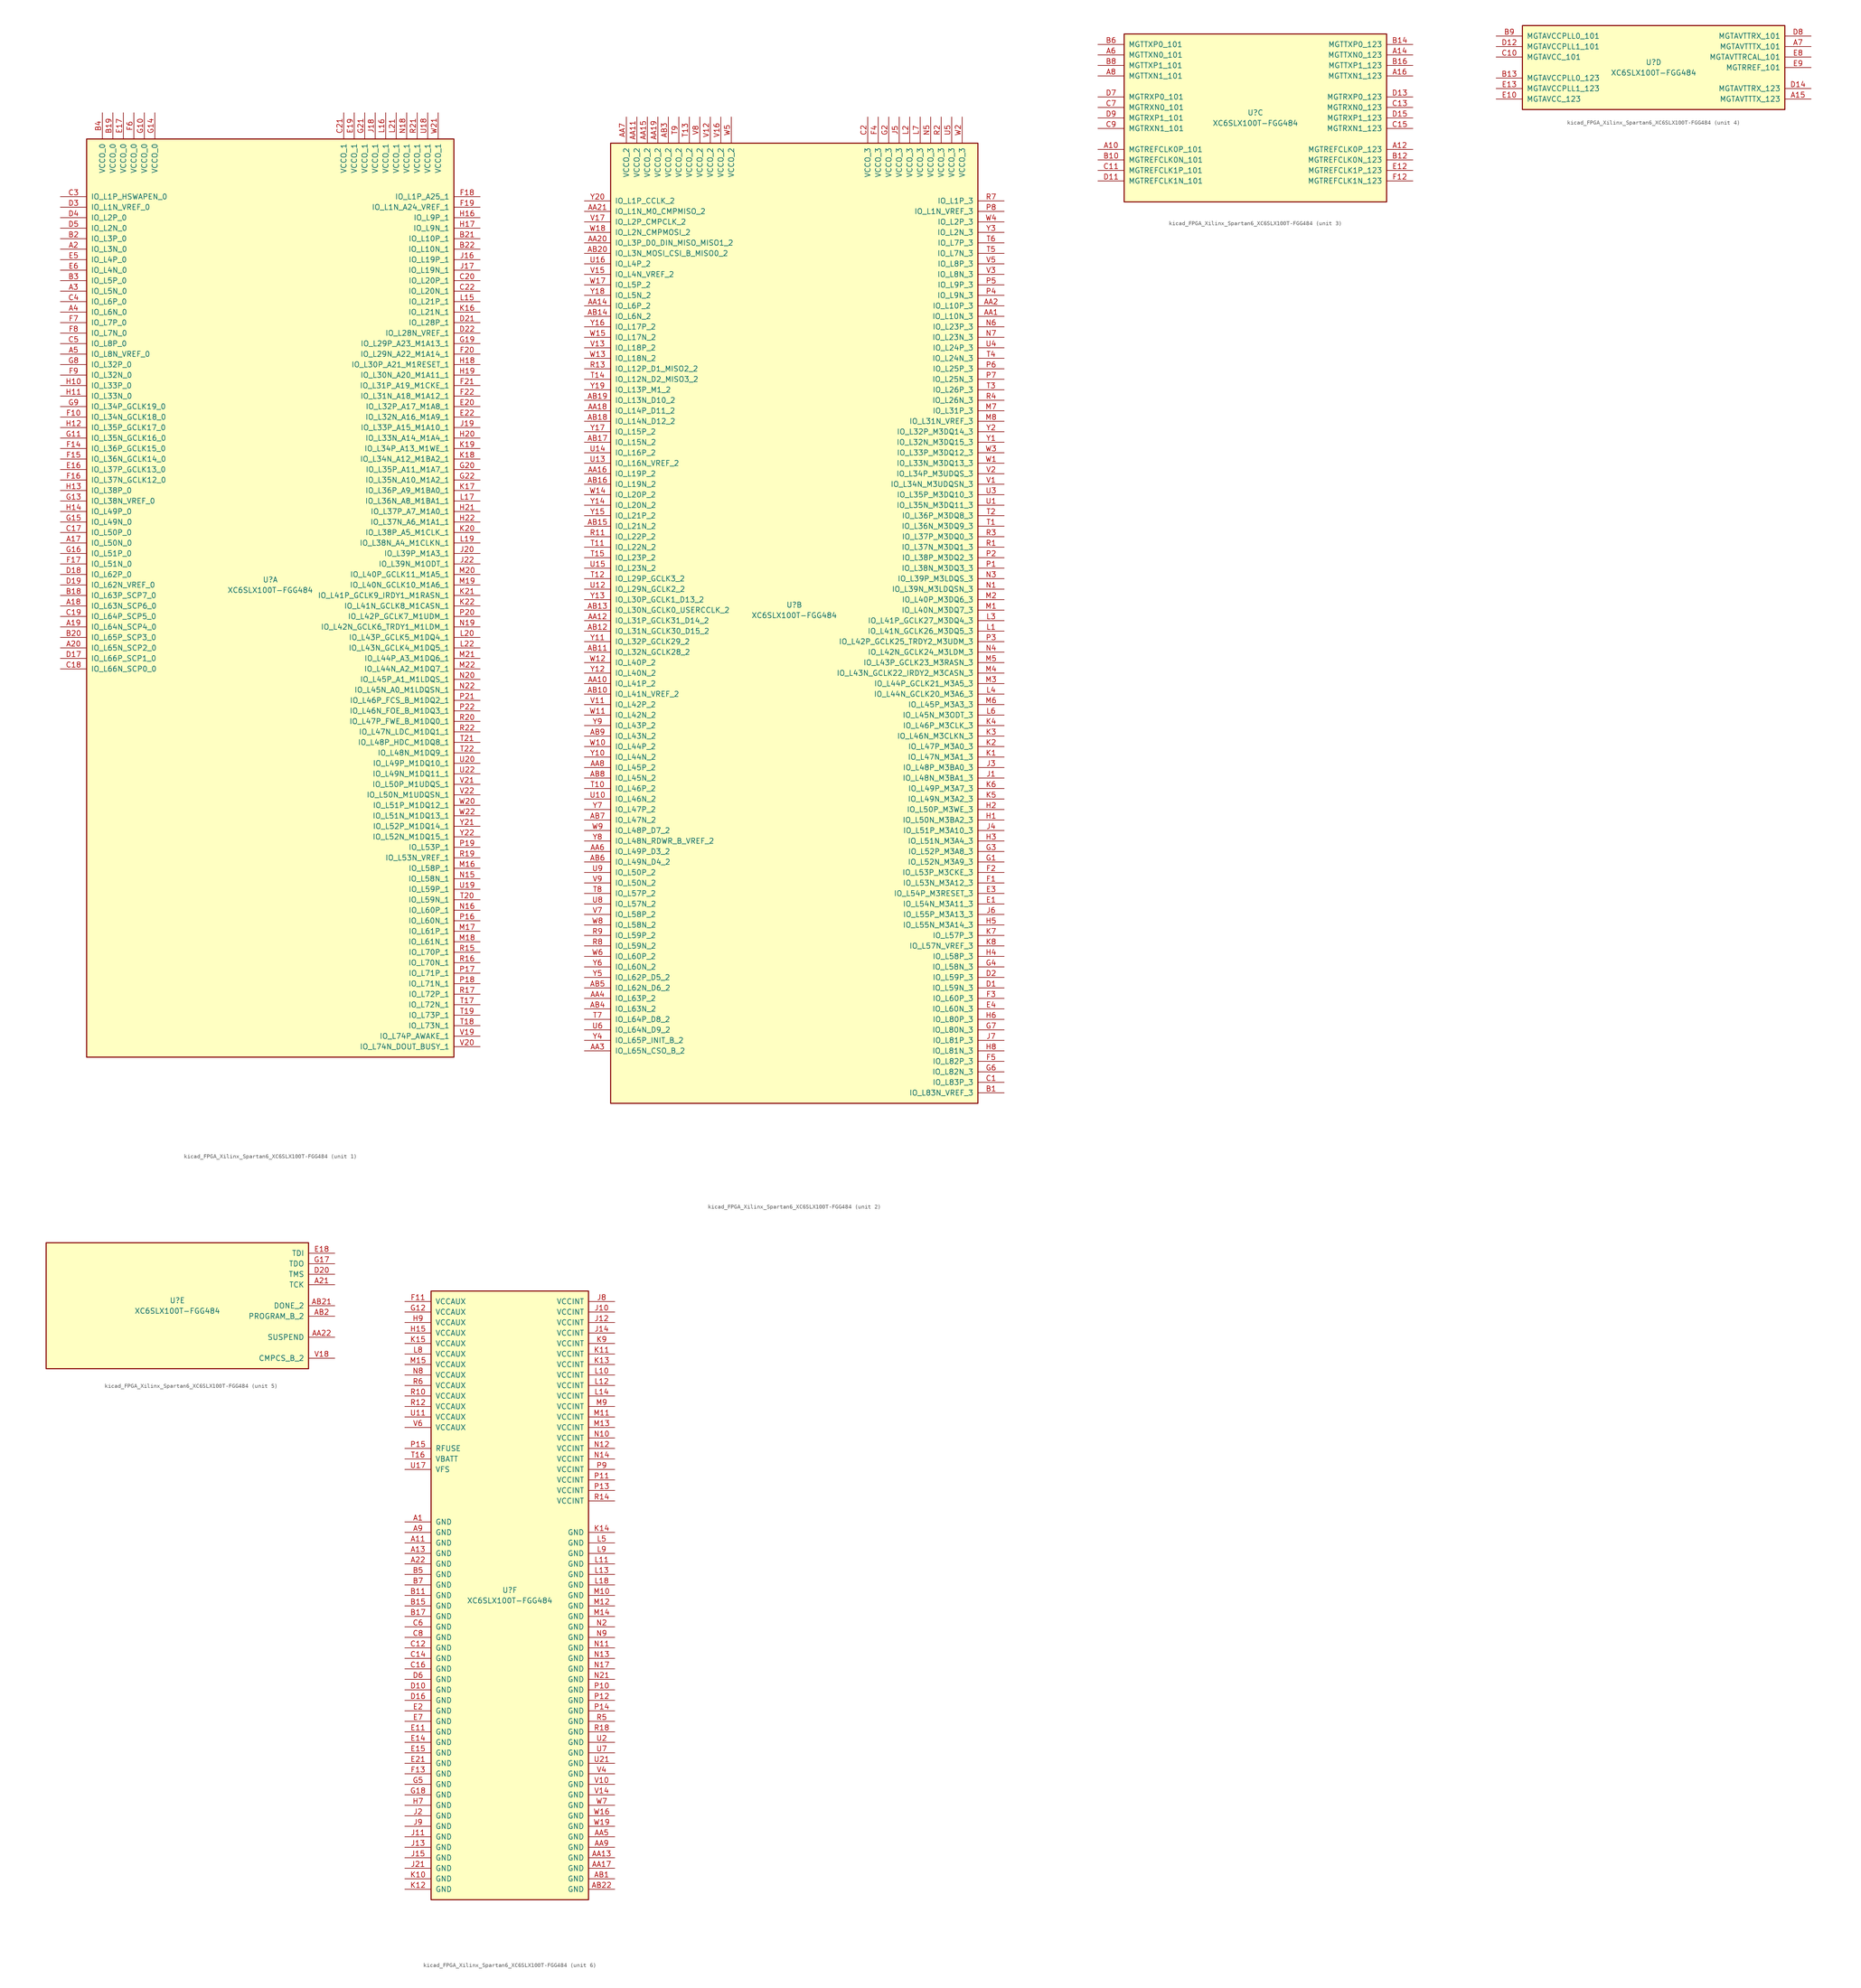
<source format=kicad_sym>
(kicad_symbol_lib
  (version 20220914)
  (generator kicad_symbol_editor)
  (symbol "kicad_FPGA_Xilinx_Spartan6_XC6SLX100T-FGG484"
    (pin_names
      (offset 1.016))
    (property "Reference" "U"
      (at 0 1.27 0)
      (effects (font (size 1.27 1.27))))
    (property "Value" "XC6SLX100T-FGG484"
      (at 0 -1.27 0)
      (effects (font (size 1.27 1.27))))
    (property "Datasheet" ""
      (at 0 0 0)
      (effects (font (size 1.27 1.27))))
    (property "ki_locked" ""
      (at 0 0 0)
      (effects (font (size 1.27 1.27))))
    (symbol "kicad_FPGA_Xilinx_Spartan6_XC6SLX100T-FGG484_1_1"
      (rectangle (start -44.45 107.95) (end 44.45 -114.3) (stroke (width 0.254) (type default)) (fill (type background)))
      (pin bidirectional line (at -50.8 10.16 0) (length 6.35) (name "IO_L50N_0" (effects (font (size 1.27 1.27)))) (number "A17" (effects (font (size 1.27 1.27)))))
      (pin bidirectional line (at -50.8 -5.08 0) (length 6.35) (name "IO_L63N_SCP6_0" (effects (font (size 1.27 1.27)))) (number "A18" (effects (font (size 1.27 1.27)))))
      (pin bidirectional line (at -50.8 -10.16 0) (length 6.35) (name "IO_L64N_SCP4_0" (effects (font (size 1.27 1.27)))) (number "A19" (effects (font (size 1.27 1.27)))))
      (pin bidirectional line (at -50.8 81.28 0) (length 6.35) (name "IO_L3N_0" (effects (font (size 1.27 1.27)))) (number "A2" (effects (font (size 1.27 1.27)))))
      (pin bidirectional line (at -50.8 -15.24 0) (length 6.35) (name "IO_L65N_SCP2_0" (effects (font (size 1.27 1.27)))) (number "A20" (effects (font (size 1.27 1.27)))))
      (pin bidirectional line (at -50.8 71.12 0) (length 6.35) (name "IO_L5N_0" (effects (font (size 1.27 1.27)))) (number "A3" (effects (font (size 1.27 1.27)))))
      (pin bidirectional line (at -50.8 66.04 0) (length 6.35) (name "IO_L6N_0" (effects (font (size 1.27 1.27)))) (number "A4" (effects (font (size 1.27 1.27)))))
      (pin bidirectional line (at -50.8 55.88 0) (length 6.35) (name "IO_L8N_VREF_0" (effects (font (size 1.27 1.27)))) (number "A5" (effects (font (size 1.27 1.27)))))
      (pin bidirectional line (at -50.8 -2.54 0) (length 6.35) (name "IO_L63P_SCP7_0" (effects (font (size 1.27 1.27)))) (number "B18" (effects (font (size 1.27 1.27)))))
      (pin power_in line (at -38.1 114.3 270) (length 6.35) (name "VCCO_0" (effects (font (size 1.27 1.27)))) (number "B19" (effects (font (size 1.27 1.27)))))
      (pin bidirectional line (at -50.8 83.82 0) (length 6.35) (name "IO_L3P_0" (effects (font (size 1.27 1.27)))) (number "B2" (effects (font (size 1.27 1.27)))))
      (pin bidirectional line (at -50.8 -12.7 0) (length 6.35) (name "IO_L65P_SCP3_0" (effects (font (size 1.27 1.27)))) (number "B20" (effects (font (size 1.27 1.27)))))
      (pin bidirectional line (at 50.8 83.82 180) (length 6.35) (name "IO_L10P_1" (effects (font (size 1.27 1.27)))) (number "B21" (effects (font (size 1.27 1.27)))))
      (pin bidirectional line (at 50.8 81.28 180) (length 6.35) (name "IO_L10N_1" (effects (font (size 1.27 1.27)))) (number "B22" (effects (font (size 1.27 1.27)))))
      (pin bidirectional line (at -50.8 73.66 0) (length 6.35) (name "IO_L5P_0" (effects (font (size 1.27 1.27)))) (number "B3" (effects (font (size 1.27 1.27)))))
      (pin power_in line (at -40.64 114.3 270) (length 6.35) (name "VCCO_0" (effects (font (size 1.27 1.27)))) (number "B4" (effects (font (size 1.27 1.27)))))
      (pin bidirectional line (at -50.8 12.7 0) (length 6.35) (name "IO_L50P_0" (effects (font (size 1.27 1.27)))) (number "C17" (effects (font (size 1.27 1.27)))))
      (pin bidirectional line (at -50.8 -20.32 0) (length 6.35) (name "IO_L66N_SCP0_0" (effects (font (size 1.27 1.27)))) (number "C18" (effects (font (size 1.27 1.27)))))
      (pin bidirectional line (at -50.8 -7.62 0) (length 6.35) (name "IO_L64P_SCP5_0" (effects (font (size 1.27 1.27)))) (number "C19" (effects (font (size 1.27 1.27)))))
      (pin bidirectional line (at 50.8 73.66 180) (length 6.35) (name "IO_L20P_1" (effects (font (size 1.27 1.27)))) (number "C20" (effects (font (size 1.27 1.27)))))
      (pin power_in line (at 17.78 114.3 270) (length 6.35) (name "VCCO_1" (effects (font (size 1.27 1.27)))) (number "C21" (effects (font (size 1.27 1.27)))))
      (pin bidirectional line (at 50.8 71.12 180) (length 6.35) (name "IO_L20N_1" (effects (font (size 1.27 1.27)))) (number "C22" (effects (font (size 1.27 1.27)))))
      (pin bidirectional line (at -50.8 93.98 0) (length 6.35) (name "IO_L1P_HSWAPEN_0" (effects (font (size 1.27 1.27)))) (number "C3" (effects (font (size 1.27 1.27)))))
      (pin bidirectional line (at -50.8 68.58 0) (length 6.35) (name "IO_L6P_0" (effects (font (size 1.27 1.27)))) (number "C4" (effects (font (size 1.27 1.27)))))
      (pin bidirectional line (at -50.8 58.42 0) (length 6.35) (name "IO_L8P_0" (effects (font (size 1.27 1.27)))) (number "C5" (effects (font (size 1.27 1.27)))))
      (pin bidirectional line (at -50.8 -17.78 0) (length 6.35) (name "IO_L66P_SCP1_0" (effects (font (size 1.27 1.27)))) (number "D17" (effects (font (size 1.27 1.27)))))
      (pin bidirectional line (at -50.8 2.54 0) (length 6.35) (name "IO_L62P_0" (effects (font (size 1.27 1.27)))) (number "D18" (effects (font (size 1.27 1.27)))))
      (pin bidirectional line (at -50.8 0 0) (length 6.35) (name "IO_L62N_VREF_0" (effects (font (size 1.27 1.27)))) (number "D19" (effects (font (size 1.27 1.27)))))
      (pin bidirectional line (at 50.8 63.5 180) (length 6.35) (name "IO_L28P_1" (effects (font (size 1.27 1.27)))) (number "D21" (effects (font (size 1.27 1.27)))))
      (pin bidirectional line (at 50.8 60.96 180) (length 6.35) (name "IO_L28N_VREF_1" (effects (font (size 1.27 1.27)))) (number "D22" (effects (font (size 1.27 1.27)))))
      (pin bidirectional line (at -50.8 91.44 0) (length 6.35) (name "IO_L1N_VREF_0" (effects (font (size 1.27 1.27)))) (number "D3" (effects (font (size 1.27 1.27)))))
      (pin bidirectional line (at -50.8 88.9 0) (length 6.35) (name "IO_L2P_0" (effects (font (size 1.27 1.27)))) (number "D4" (effects (font (size 1.27 1.27)))))
      (pin bidirectional line (at -50.8 86.36 0) (length 6.35) (name "IO_L2N_0" (effects (font (size 1.27 1.27)))) (number "D5" (effects (font (size 1.27 1.27)))))
      (pin bidirectional line (at -50.8 27.94 0) (length 6.35) (name "IO_L37P_GCLK13_0" (effects (font (size 1.27 1.27)))) (number "E16" (effects (font (size 1.27 1.27)))))
      (pin power_in line (at -35.56 114.3 270) (length 6.35) (name "VCCO_0" (effects (font (size 1.27 1.27)))) (number "E17" (effects (font (size 1.27 1.27)))))
      (pin power_in line (at 20.32 114.3 270) (length 6.35) (name "VCCO_1" (effects (font (size 1.27 1.27)))) (number "E19" (effects (font (size 1.27 1.27)))))
      (pin bidirectional line (at 50.8 43.18 180) (length 6.35) (name "IO_L32P_A17_M1A8_1" (effects (font (size 1.27 1.27)))) (number "E20" (effects (font (size 1.27 1.27)))))
      (pin bidirectional line (at 50.8 40.64 180) (length 6.35) (name "IO_L32N_A16_M1A9_1" (effects (font (size 1.27 1.27)))) (number "E22" (effects (font (size 1.27 1.27)))))
      (pin bidirectional line (at -50.8 78.74 0) (length 6.35) (name "IO_L4P_0" (effects (font (size 1.27 1.27)))) (number "E5" (effects (font (size 1.27 1.27)))))
      (pin bidirectional line (at -50.8 76.2 0) (length 6.35) (name "IO_L4N_0" (effects (font (size 1.27 1.27)))) (number "E6" (effects (font (size 1.27 1.27)))))
      (pin bidirectional line (at -50.8 40.64 0) (length 6.35) (name "IO_L34N_GCLK18_0" (effects (font (size 1.27 1.27)))) (number "F10" (effects (font (size 1.27 1.27)))))
      (pin bidirectional line (at -50.8 33.02 0) (length 6.35) (name "IO_L36P_GCLK15_0" (effects (font (size 1.27 1.27)))) (number "F14" (effects (font (size 1.27 1.27)))))
      (pin bidirectional line (at -50.8 30.48 0) (length 6.35) (name "IO_L36N_GCLK14_0" (effects (font (size 1.27 1.27)))) (number "F15" (effects (font (size 1.27 1.27)))))
      (pin bidirectional line (at -50.8 25.4 0) (length 6.35) (name "IO_L37N_GCLK12_0" (effects (font (size 1.27 1.27)))) (number "F16" (effects (font (size 1.27 1.27)))))
      (pin bidirectional line (at -50.8 5.08 0) (length 6.35) (name "IO_L51N_0" (effects (font (size 1.27 1.27)))) (number "F17" (effects (font (size 1.27 1.27)))))
      (pin bidirectional line (at 50.8 93.98 180) (length 6.35) (name "IO_L1P_A25_1" (effects (font (size 1.27 1.27)))) (number "F18" (effects (font (size 1.27 1.27)))))
      (pin bidirectional line (at 50.8 91.44 180) (length 6.35) (name "IO_L1N_A24_VREF_1" (effects (font (size 1.27 1.27)))) (number "F19" (effects (font (size 1.27 1.27)))))
      (pin bidirectional line (at 50.8 55.88 180) (length 6.35) (name "IO_L29N_A22_M1A14_1" (effects (font (size 1.27 1.27)))) (number "F20" (effects (font (size 1.27 1.27)))))
      (pin bidirectional line (at 50.8 48.26 180) (length 6.35) (name "IO_L31P_A19_M1CKE_1" (effects (font (size 1.27 1.27)))) (number "F21" (effects (font (size 1.27 1.27)))))
      (pin bidirectional line (at 50.8 45.72 180) (length 6.35) (name "IO_L31N_A18_M1A12_1" (effects (font (size 1.27 1.27)))) (number "F22" (effects (font (size 1.27 1.27)))))
      (pin power_in line (at -33.02 114.3 270) (length 6.35) (name "VCCO_0" (effects (font (size 1.27 1.27)))) (number "F6" (effects (font (size 1.27 1.27)))))
      (pin bidirectional line (at -50.8 63.5 0) (length 6.35) (name "IO_L7P_0" (effects (font (size 1.27 1.27)))) (number "F7" (effects (font (size 1.27 1.27)))))
      (pin bidirectional line (at -50.8 60.96 0) (length 6.35) (name "IO_L7N_0" (effects (font (size 1.27 1.27)))) (number "F8" (effects (font (size 1.27 1.27)))))
      (pin bidirectional line (at -50.8 50.8 0) (length 6.35) (name "IO_L32N_0" (effects (font (size 1.27 1.27)))) (number "F9" (effects (font (size 1.27 1.27)))))
      (pin power_in line (at -30.48 114.3 270) (length 6.35) (name "VCCO_0" (effects (font (size 1.27 1.27)))) (number "G10" (effects (font (size 1.27 1.27)))))
      (pin bidirectional line (at -50.8 35.56 0) (length 6.35) (name "IO_L35N_GCLK16_0" (effects (font (size 1.27 1.27)))) (number "G11" (effects (font (size 1.27 1.27)))))
      (pin bidirectional line (at -50.8 20.32 0) (length 6.35) (name "IO_L38N_VREF_0" (effects (font (size 1.27 1.27)))) (number "G13" (effects (font (size 1.27 1.27)))))
      (pin power_in line (at -27.94 114.3 270) (length 6.35) (name "VCCO_0" (effects (font (size 1.27 1.27)))) (number "G14" (effects (font (size 1.27 1.27)))))
      (pin bidirectional line (at -50.8 15.24 0) (length 6.35) (name "IO_L49N_0" (effects (font (size 1.27 1.27)))) (number "G15" (effects (font (size 1.27 1.27)))))
      (pin bidirectional line (at -50.8 7.62 0) (length 6.35) (name "IO_L51P_0" (effects (font (size 1.27 1.27)))) (number "G16" (effects (font (size 1.27 1.27)))))
      (pin bidirectional line (at 50.8 58.42 180) (length 6.35) (name "IO_L29P_A23_M1A13_1" (effects (font (size 1.27 1.27)))) (number "G19" (effects (font (size 1.27 1.27)))))
      (pin bidirectional line (at 50.8 27.94 180) (length 6.35) (name "IO_L35P_A11_M1A7_1" (effects (font (size 1.27 1.27)))) (number "G20" (effects (font (size 1.27 1.27)))))
      (pin power_in line (at 22.86 114.3 270) (length 6.35) (name "VCCO_1" (effects (font (size 1.27 1.27)))) (number "G21" (effects (font (size 1.27 1.27)))))
      (pin bidirectional line (at 50.8 25.4 180) (length 6.35) (name "IO_L35N_A10_M1A2_1" (effects (font (size 1.27 1.27)))) (number "G22" (effects (font (size 1.27 1.27)))))
      (pin bidirectional line (at -50.8 53.34 0) (length 6.35) (name "IO_L32P_0" (effects (font (size 1.27 1.27)))) (number "G8" (effects (font (size 1.27 1.27)))))
      (pin bidirectional line (at -50.8 43.18 0) (length 6.35) (name "IO_L34P_GCLK19_0" (effects (font (size 1.27 1.27)))) (number "G9" (effects (font (size 1.27 1.27)))))
      (pin bidirectional line (at -50.8 48.26 0) (length 6.35) (name "IO_L33P_0" (effects (font (size 1.27 1.27)))) (number "H10" (effects (font (size 1.27 1.27)))))
      (pin bidirectional line (at -50.8 45.72 0) (length 6.35) (name "IO_L33N_0" (effects (font (size 1.27 1.27)))) (number "H11" (effects (font (size 1.27 1.27)))))
      (pin bidirectional line (at -50.8 38.1 0) (length 6.35) (name "IO_L35P_GCLK17_0" (effects (font (size 1.27 1.27)))) (number "H12" (effects (font (size 1.27 1.27)))))
      (pin bidirectional line (at -50.8 22.86 0) (length 6.35) (name "IO_L38P_0" (effects (font (size 1.27 1.27)))) (number "H13" (effects (font (size 1.27 1.27)))))
      (pin bidirectional line (at -50.8 17.78 0) (length 6.35) (name "IO_L49P_0" (effects (font (size 1.27 1.27)))) (number "H14" (effects (font (size 1.27 1.27)))))
      (pin bidirectional line (at 50.8 88.9 180) (length 6.35) (name "IO_L9P_1" (effects (font (size 1.27 1.27)))) (number "H16" (effects (font (size 1.27 1.27)))))
      (pin bidirectional line (at 50.8 86.36 180) (length 6.35) (name "IO_L9N_1" (effects (font (size 1.27 1.27)))) (number "H17" (effects (font (size 1.27 1.27)))))
      (pin bidirectional line (at 50.8 53.34 180) (length 6.35) (name "IO_L30P_A21_M1RESET_1" (effects (font (size 1.27 1.27)))) (number "H18" (effects (font (size 1.27 1.27)))))
      (pin bidirectional line (at 50.8 50.8 180) (length 6.35) (name "IO_L30N_A20_M1A11_1" (effects (font (size 1.27 1.27)))) (number "H19" (effects (font (size 1.27 1.27)))))
      (pin bidirectional line (at 50.8 35.56 180) (length 6.35) (name "IO_L33N_A14_M1A4_1" (effects (font (size 1.27 1.27)))) (number "H20" (effects (font (size 1.27 1.27)))))
      (pin bidirectional line (at 50.8 17.78 180) (length 6.35) (name "IO_L37P_A7_M1A0_1" (effects (font (size 1.27 1.27)))) (number "H21" (effects (font (size 1.27 1.27)))))
      (pin bidirectional line (at 50.8 15.24 180) (length 6.35) (name "IO_L37N_A6_M1A1_1" (effects (font (size 1.27 1.27)))) (number "H22" (effects (font (size 1.27 1.27)))))
      (pin bidirectional line (at 50.8 78.74 180) (length 6.35) (name "IO_L19P_1" (effects (font (size 1.27 1.27)))) (number "J16" (effects (font (size 1.27 1.27)))))
      (pin bidirectional line (at 50.8 76.2 180) (length 6.35) (name "IO_L19N_1" (effects (font (size 1.27 1.27)))) (number "J17" (effects (font (size 1.27 1.27)))))
      (pin power_in line (at 25.4 114.3 270) (length 6.35) (name "VCCO_1" (effects (font (size 1.27 1.27)))) (number "J18" (effects (font (size 1.27 1.27)))))
      (pin bidirectional line (at 50.8 38.1 180) (length 6.35) (name "IO_L33P_A15_M1A10_1" (effects (font (size 1.27 1.27)))) (number "J19" (effects (font (size 1.27 1.27)))))
      (pin bidirectional line (at 50.8 7.62 180) (length 6.35) (name "IO_L39P_M1A3_1" (effects (font (size 1.27 1.27)))) (number "J20" (effects (font (size 1.27 1.27)))))
      (pin bidirectional line (at 50.8 5.08 180) (length 6.35) (name "IO_L39N_M1ODT_1" (effects (font (size 1.27 1.27)))) (number "J22" (effects (font (size 1.27 1.27)))))
      (pin bidirectional line (at 50.8 66.04 180) (length 6.35) (name "IO_L21N_1" (effects (font (size 1.27 1.27)))) (number "K16" (effects (font (size 1.27 1.27)))))
      (pin bidirectional line (at 50.8 22.86 180) (length 6.35) (name "IO_L36P_A9_M1BA0_1" (effects (font (size 1.27 1.27)))) (number "K17" (effects (font (size 1.27 1.27)))))
      (pin bidirectional line (at 50.8 30.48 180) (length 6.35) (name "IO_L34N_A12_M1BA2_1" (effects (font (size 1.27 1.27)))) (number "K18" (effects (font (size 1.27 1.27)))))
      (pin bidirectional line (at 50.8 33.02 180) (length 6.35) (name "IO_L34P_A13_M1WE_1" (effects (font (size 1.27 1.27)))) (number "K19" (effects (font (size 1.27 1.27)))))
      (pin bidirectional line (at 50.8 12.7 180) (length 6.35) (name "IO_L38P_A5_M1CLK_1" (effects (font (size 1.27 1.27)))) (number "K20" (effects (font (size 1.27 1.27)))))
      (pin bidirectional line (at 50.8 -2.54 180) (length 6.35) (name "IO_L41P_GCLK9_IRDY1_M1RASN_1" (effects (font (size 1.27 1.27)))) (number "K21" (effects (font (size 1.27 1.27)))))
      (pin bidirectional line (at 50.8 -5.08 180) (length 6.35) (name "IO_L41N_GCLK8_M1CASN_1" (effects (font (size 1.27 1.27)))) (number "K22" (effects (font (size 1.27 1.27)))))
      (pin bidirectional line (at 50.8 68.58 180) (length 6.35) (name "IO_L21P_1" (effects (font (size 1.27 1.27)))) (number "L15" (effects (font (size 1.27 1.27)))))
      (pin power_in line (at 27.94 114.3 270) (length 6.35) (name "VCCO_1" (effects (font (size 1.27 1.27)))) (number "L16" (effects (font (size 1.27 1.27)))))
      (pin bidirectional line (at 50.8 20.32 180) (length 6.35) (name "IO_L36N_A8_M1BA1_1" (effects (font (size 1.27 1.27)))) (number "L17" (effects (font (size 1.27 1.27)))))
      (pin bidirectional line (at 50.8 10.16 180) (length 6.35) (name "IO_L38N_A4_M1CLKN_1" (effects (font (size 1.27 1.27)))) (number "L19" (effects (font (size 1.27 1.27)))))
      (pin bidirectional line (at 50.8 -12.7 180) (length 6.35) (name "IO_L43P_GCLK5_M1DQ4_1" (effects (font (size 1.27 1.27)))) (number "L20" (effects (font (size 1.27 1.27)))))
      (pin power_in line (at 30.48 114.3 270) (length 6.35) (name "VCCO_1" (effects (font (size 1.27 1.27)))) (number "L21" (effects (font (size 1.27 1.27)))))
      (pin bidirectional line (at 50.8 -15.24 180) (length 6.35) (name "IO_L43N_GCLK4_M1DQ5_1" (effects (font (size 1.27 1.27)))) (number "L22" (effects (font (size 1.27 1.27)))))
      (pin bidirectional line (at 50.8 -68.58 180) (length 6.35) (name "IO_L58P_1" (effects (font (size 1.27 1.27)))) (number "M16" (effects (font (size 1.27 1.27)))))
      (pin bidirectional line (at 50.8 -83.82 180) (length 6.35) (name "IO_L61P_1" (effects (font (size 1.27 1.27)))) (number "M17" (effects (font (size 1.27 1.27)))))
      (pin bidirectional line (at 50.8 -86.36 180) (length 6.35) (name "IO_L61N_1" (effects (font (size 1.27 1.27)))) (number "M18" (effects (font (size 1.27 1.27)))))
      (pin bidirectional line (at 50.8 0 180) (length 6.35) (name "IO_L40N_GCLK10_M1A6_1" (effects (font (size 1.27 1.27)))) (number "M19" (effects (font (size 1.27 1.27)))))
      (pin bidirectional line (at 50.8 2.54 180) (length 6.35) (name "IO_L40P_GCLK11_M1A5_1" (effects (font (size 1.27 1.27)))) (number "M20" (effects (font (size 1.27 1.27)))))
      (pin bidirectional line (at 50.8 -17.78 180) (length 6.35) (name "IO_L44P_A3_M1DQ6_1" (effects (font (size 1.27 1.27)))) (number "M21" (effects (font (size 1.27 1.27)))))
      (pin bidirectional line (at 50.8 -20.32 180) (length 6.35) (name "IO_L44N_A2_M1DQ7_1" (effects (font (size 1.27 1.27)))) (number "M22" (effects (font (size 1.27 1.27)))))
      (pin bidirectional line (at 50.8 -71.12 180) (length 6.35) (name "IO_L58N_1" (effects (font (size 1.27 1.27)))) (number "N15" (effects (font (size 1.27 1.27)))))
      (pin bidirectional line (at 50.8 -78.74 180) (length 6.35) (name "IO_L60P_1" (effects (font (size 1.27 1.27)))) (number "N16" (effects (font (size 1.27 1.27)))))
      (pin power_in line (at 33.02 114.3 270) (length 6.35) (name "VCCO_1" (effects (font (size 1.27 1.27)))) (number "N18" (effects (font (size 1.27 1.27)))))
      (pin bidirectional line (at 50.8 -10.16 180) (length 6.35) (name "IO_L42N_GCLK6_TRDY1_M1LDM_1" (effects (font (size 1.27 1.27)))) (number "N19" (effects (font (size 1.27 1.27)))))
      (pin bidirectional line (at 50.8 -22.86 180) (length 6.35) (name "IO_L45P_A1_M1LDQS_1" (effects (font (size 1.27 1.27)))) (number "N20" (effects (font (size 1.27 1.27)))))
      (pin bidirectional line (at 50.8 -25.4 180) (length 6.35) (name "IO_L45N_A0_M1LDQSN_1" (effects (font (size 1.27 1.27)))) (number "N22" (effects (font (size 1.27 1.27)))))
      (pin bidirectional line (at 50.8 -81.28 180) (length 6.35) (name "IO_L60N_1" (effects (font (size 1.27 1.27)))) (number "P16" (effects (font (size 1.27 1.27)))))
      (pin bidirectional line (at 50.8 -93.98 180) (length 6.35) (name "IO_L71P_1" (effects (font (size 1.27 1.27)))) (number "P17" (effects (font (size 1.27 1.27)))))
      (pin bidirectional line (at 50.8 -96.52 180) (length 6.35) (name "IO_L71N_1" (effects (font (size 1.27 1.27)))) (number "P18" (effects (font (size 1.27 1.27)))))
      (pin bidirectional line (at 50.8 -63.5 180) (length 6.35) (name "IO_L53P_1" (effects (font (size 1.27 1.27)))) (number "P19" (effects (font (size 1.27 1.27)))))
      (pin bidirectional line (at 50.8 -7.62 180) (length 6.35) (name "IO_L42P_GCLK7_M1UDM_1" (effects (font (size 1.27 1.27)))) (number "P20" (effects (font (size 1.27 1.27)))))
      (pin bidirectional line (at 50.8 -27.94 180) (length 6.35) (name "IO_L46P_FCS_B_M1DQ2_1" (effects (font (size 1.27 1.27)))) (number "P21" (effects (font (size 1.27 1.27)))))
      (pin bidirectional line (at 50.8 -30.48 180) (length 6.35) (name "IO_L46N_FOE_B_M1DQ3_1" (effects (font (size 1.27 1.27)))) (number "P22" (effects (font (size 1.27 1.27)))))
      (pin bidirectional line (at 50.8 -88.9 180) (length 6.35) (name "IO_L70P_1" (effects (font (size 1.27 1.27)))) (number "R15" (effects (font (size 1.27 1.27)))))
      (pin bidirectional line (at 50.8 -91.44 180) (length 6.35) (name "IO_L70N_1" (effects (font (size 1.27 1.27)))) (number "R16" (effects (font (size 1.27 1.27)))))
      (pin bidirectional line (at 50.8 -99.06 180) (length 6.35) (name "IO_L72P_1" (effects (font (size 1.27 1.27)))) (number "R17" (effects (font (size 1.27 1.27)))))
      (pin bidirectional line (at 50.8 -66.04 180) (length 6.35) (name "IO_L53N_VREF_1" (effects (font (size 1.27 1.27)))) (number "R19" (effects (font (size 1.27 1.27)))))
      (pin bidirectional line (at 50.8 -33.02 180) (length 6.35) (name "IO_L47P_FWE_B_M1DQ0_1" (effects (font (size 1.27 1.27)))) (number "R20" (effects (font (size 1.27 1.27)))))
      (pin power_in line (at 35.56 114.3 270) (length 6.35) (name "VCCO_1" (effects (font (size 1.27 1.27)))) (number "R21" (effects (font (size 1.27 1.27)))))
      (pin bidirectional line (at 50.8 -35.56 180) (length 6.35) (name "IO_L47N_LDC_M1DQ1_1" (effects (font (size 1.27 1.27)))) (number "R22" (effects (font (size 1.27 1.27)))))
      (pin bidirectional line (at 50.8 -101.6 180) (length 6.35) (name "IO_L72N_1" (effects (font (size 1.27 1.27)))) (number "T17" (effects (font (size 1.27 1.27)))))
      (pin bidirectional line (at 50.8 -106.68 180) (length 6.35) (name "IO_L73N_1" (effects (font (size 1.27 1.27)))) (number "T18" (effects (font (size 1.27 1.27)))))
      (pin bidirectional line (at 50.8 -104.14 180) (length 6.35) (name "IO_L73P_1" (effects (font (size 1.27 1.27)))) (number "T19" (effects (font (size 1.27 1.27)))))
      (pin bidirectional line (at 50.8 -76.2 180) (length 6.35) (name "IO_L59N_1" (effects (font (size 1.27 1.27)))) (number "T20" (effects (font (size 1.27 1.27)))))
      (pin bidirectional line (at 50.8 -38.1 180) (length 6.35) (name "IO_L48P_HDC_M1DQ8_1" (effects (font (size 1.27 1.27)))) (number "T21" (effects (font (size 1.27 1.27)))))
      (pin bidirectional line (at 50.8 -40.64 180) (length 6.35) (name "IO_L48N_M1DQ9_1" (effects (font (size 1.27 1.27)))) (number "T22" (effects (font (size 1.27 1.27)))))
      (pin power_in line (at 38.1 114.3 270) (length 6.35) (name "VCCO_1" (effects (font (size 1.27 1.27)))) (number "U18" (effects (font (size 1.27 1.27)))))
      (pin bidirectional line (at 50.8 -73.66 180) (length 6.35) (name "IO_L59P_1" (effects (font (size 1.27 1.27)))) (number "U19" (effects (font (size 1.27 1.27)))))
      (pin bidirectional line (at 50.8 -43.18 180) (length 6.35) (name "IO_L49P_M1DQ10_1" (effects (font (size 1.27 1.27)))) (number "U20" (effects (font (size 1.27 1.27)))))
      (pin bidirectional line (at 50.8 -45.72 180) (length 6.35) (name "IO_L49N_M1DQ11_1" (effects (font (size 1.27 1.27)))) (number "U22" (effects (font (size 1.27 1.27)))))
      (pin bidirectional line (at 50.8 -109.22 180) (length 6.35) (name "IO_L74P_AWAKE_1" (effects (font (size 1.27 1.27)))) (number "V19" (effects (font (size 1.27 1.27)))))
      (pin bidirectional line (at 50.8 -111.76 180) (length 6.35) (name "IO_L74N_DOUT_BUSY_1" (effects (font (size 1.27 1.27)))) (number "V20" (effects (font (size 1.27 1.27)))))
      (pin bidirectional line (at 50.8 -48.26 180) (length 6.35) (name "IO_L50P_M1UDQS_1" (effects (font (size 1.27 1.27)))) (number "V21" (effects (font (size 1.27 1.27)))))
      (pin bidirectional line (at 50.8 -50.8 180) (length 6.35) (name "IO_L50N_M1UDQSN_1" (effects (font (size 1.27 1.27)))) (number "V22" (effects (font (size 1.27 1.27)))))
      (pin bidirectional line (at 50.8 -53.34 180) (length 6.35) (name "IO_L51P_M1DQ12_1" (effects (font (size 1.27 1.27)))) (number "W20" (effects (font (size 1.27 1.27)))))
      (pin power_in line (at 40.64 114.3 270) (length 6.35) (name "VCCO_1" (effects (font (size 1.27 1.27)))) (number "W21" (effects (font (size 1.27 1.27)))))
      (pin bidirectional line (at 50.8 -55.88 180) (length 6.35) (name "IO_L51N_M1DQ13_1" (effects (font (size 1.27 1.27)))) (number "W22" (effects (font (size 1.27 1.27)))))
      (pin bidirectional line (at 50.8 -58.42 180) (length 6.35) (name "IO_L52P_M1DQ14_1" (effects (font (size 1.27 1.27)))) (number "Y21" (effects (font (size 1.27 1.27)))))
      (pin bidirectional line (at 50.8 -60.96 180) (length 6.35) (name "IO_L52N_M1DQ15_1" (effects (font (size 1.27 1.27)))) (number "Y22" (effects (font (size 1.27 1.27))))))
    (symbol "kicad_FPGA_Xilinx_Spartan6_XC6SLX100T-FGG484_2_1"
      (rectangle (start -44.45 113.03) (end 44.45 -119.38) (stroke (width 0.254) (type default)) (fill (type background)))
      (pin bidirectional line (at 50.8 71.12 180) (length 6.35) (name "IO_L10N_3" (effects (font (size 1.27 1.27)))) (number "AA1" (effects (font (size 1.27 1.27)))))
      (pin bidirectional line (at -50.8 -17.78 0) (length 6.35) (name "IO_L41P_2" (effects (font (size 1.27 1.27)))) (number "AA10" (effects (font (size 1.27 1.27)))))
      (pin power_in line (at -38.1 119.38 270) (length 6.35) (name "VCCO_2" (effects (font (size 1.27 1.27)))) (number "AA11" (effects (font (size 1.27 1.27)))))
      (pin bidirectional line (at -50.8 -2.54 0) (length 6.35) (name "IO_L31P_GCLK31_D14_2" (effects (font (size 1.27 1.27)))) (number "AA12" (effects (font (size 1.27 1.27)))))
      (pin bidirectional line (at -50.8 73.66 0) (length 6.35) (name "IO_L6P_2" (effects (font (size 1.27 1.27)))) (number "AA14" (effects (font (size 1.27 1.27)))))
      (pin power_in line (at -35.56 119.38 270) (length 6.35) (name "VCCO_2" (effects (font (size 1.27 1.27)))) (number "AA15" (effects (font (size 1.27 1.27)))))
      (pin bidirectional line (at -50.8 33.02 0) (length 6.35) (name "IO_L19P_2" (effects (font (size 1.27 1.27)))) (number "AA16" (effects (font (size 1.27 1.27)))))
      (pin bidirectional line (at -50.8 48.26 0) (length 6.35) (name "IO_L14P_D11_2" (effects (font (size 1.27 1.27)))) (number "AA18" (effects (font (size 1.27 1.27)))))
      (pin power_in line (at -33.02 119.38 270) (length 6.35) (name "VCCO_2" (effects (font (size 1.27 1.27)))) (number "AA19" (effects (font (size 1.27 1.27)))))
      (pin bidirectional line (at 50.8 73.66 180) (length 6.35) (name "IO_L10P_3" (effects (font (size 1.27 1.27)))) (number "AA2" (effects (font (size 1.27 1.27)))))
      (pin bidirectional line (at -50.8 88.9 0) (length 6.35) (name "IO_L3P_D0_DIN_MISO_MISO1_2" (effects (font (size 1.27 1.27)))) (number "AA20" (effects (font (size 1.27 1.27)))))
      (pin bidirectional line (at -50.8 96.52 0) (length 6.35) (name "IO_L1N_M0_CMPMISO_2" (effects (font (size 1.27 1.27)))) (number "AA21" (effects (font (size 1.27 1.27)))))
      (pin bidirectional line (at -50.8 -106.68 0) (length 6.35) (name "IO_L65N_CSO_B_2" (effects (font (size 1.27 1.27)))) (number "AA3" (effects (font (size 1.27 1.27)))))
      (pin bidirectional line (at -50.8 -93.98 0) (length 6.35) (name "IO_L63P_2" (effects (font (size 1.27 1.27)))) (number "AA4" (effects (font (size 1.27 1.27)))))
      (pin bidirectional line (at -50.8 -58.42 0) (length 6.35) (name "IO_L49P_D3_2" (effects (font (size 1.27 1.27)))) (number "AA6" (effects (font (size 1.27 1.27)))))
      (pin power_in line (at -40.64 119.38 270) (length 6.35) (name "VCCO_2" (effects (font (size 1.27 1.27)))) (number "AA7" (effects (font (size 1.27 1.27)))))
      (pin bidirectional line (at -50.8 -38.1 0) (length 6.35) (name "IO_L45P_2" (effects (font (size 1.27 1.27)))) (number "AA8" (effects (font (size 1.27 1.27)))))
      (pin bidirectional line (at -50.8 -20.32 0) (length 6.35) (name "IO_L41N_VREF_2" (effects (font (size 1.27 1.27)))) (number "AB10" (effects (font (size 1.27 1.27)))))
      (pin bidirectional line (at -50.8 -10.16 0) (length 6.35) (name "IO_L32N_GCLK28_2" (effects (font (size 1.27 1.27)))) (number "AB11" (effects (font (size 1.27 1.27)))))
      (pin bidirectional line (at -50.8 -5.08 0) (length 6.35) (name "IO_L31N_GCLK30_D15_2" (effects (font (size 1.27 1.27)))) (number "AB12" (effects (font (size 1.27 1.27)))))
      (pin bidirectional line (at -50.8 0 0) (length 6.35) (name "IO_L30N_GCLK0_USERCCLK_2" (effects (font (size 1.27 1.27)))) (number "AB13" (effects (font (size 1.27 1.27)))))
      (pin bidirectional line (at -50.8 71.12 0) (length 6.35) (name "IO_L6N_2" (effects (font (size 1.27 1.27)))) (number "AB14" (effects (font (size 1.27 1.27)))))
      (pin bidirectional line (at -50.8 20.32 0) (length 6.35) (name "IO_L21N_2" (effects (font (size 1.27 1.27)))) (number "AB15" (effects (font (size 1.27 1.27)))))
      (pin bidirectional line (at -50.8 30.48 0) (length 6.35) (name "IO_L19N_2" (effects (font (size 1.27 1.27)))) (number "AB16" (effects (font (size 1.27 1.27)))))
      (pin bidirectional line (at -50.8 40.64 0) (length 6.35) (name "IO_L15N_2" (effects (font (size 1.27 1.27)))) (number "AB17" (effects (font (size 1.27 1.27)))))
      (pin bidirectional line (at -50.8 45.72 0) (length 6.35) (name "IO_L14N_D12_2" (effects (font (size 1.27 1.27)))) (number "AB18" (effects (font (size 1.27 1.27)))))
      (pin bidirectional line (at -50.8 50.8 0) (length 6.35) (name "IO_L13N_D10_2" (effects (font (size 1.27 1.27)))) (number "AB19" (effects (font (size 1.27 1.27)))))
      (pin bidirectional line (at -50.8 86.36 0) (length 6.35) (name "IO_L3N_MOSI_CSI_B_MISO0_2" (effects (font (size 1.27 1.27)))) (number "AB20" (effects (font (size 1.27 1.27)))))
      (pin power_in line (at -30.48 119.38 270) (length 6.35) (name "VCCO_2" (effects (font (size 1.27 1.27)))) (number "AB3" (effects (font (size 1.27 1.27)))))
      (pin bidirectional line (at -50.8 -96.52 0) (length 6.35) (name "IO_L63N_2" (effects (font (size 1.27 1.27)))) (number "AB4" (effects (font (size 1.27 1.27)))))
      (pin bidirectional line (at -50.8 -91.44 0) (length 6.35) (name "IO_L62N_D6_2" (effects (font (size 1.27 1.27)))) (number "AB5" (effects (font (size 1.27 1.27)))))
      (pin bidirectional line (at -50.8 -60.96 0) (length 6.35) (name "IO_L49N_D4_2" (effects (font (size 1.27 1.27)))) (number "AB6" (effects (font (size 1.27 1.27)))))
      (pin bidirectional line (at -50.8 -50.8 0) (length 6.35) (name "IO_L47N_2" (effects (font (size 1.27 1.27)))) (number "AB7" (effects (font (size 1.27 1.27)))))
      (pin bidirectional line (at -50.8 -40.64 0) (length 6.35) (name "IO_L45N_2" (effects (font (size 1.27 1.27)))) (number "AB8" (effects (font (size 1.27 1.27)))))
      (pin bidirectional line (at -50.8 -30.48 0) (length 6.35) (name "IO_L43N_2" (effects (font (size 1.27 1.27)))) (number "AB9" (effects (font (size 1.27 1.27)))))
      (pin bidirectional line (at 50.8 -116.84 180) (length 6.35) (name "IO_L83N_VREF_3" (effects (font (size 1.27 1.27)))) (number "B1" (effects (font (size 1.27 1.27)))))
      (pin bidirectional line (at 50.8 -114.3 180) (length 6.35) (name "IO_L83P_3" (effects (font (size 1.27 1.27)))) (number "C1" (effects (font (size 1.27 1.27)))))
      (pin power_in line (at 17.78 119.38 270) (length 6.35) (name "VCCO_3" (effects (font (size 1.27 1.27)))) (number "C2" (effects (font (size 1.27 1.27)))))
      (pin bidirectional line (at 50.8 -91.44 180) (length 6.35) (name "IO_L59N_3" (effects (font (size 1.27 1.27)))) (number "D1" (effects (font (size 1.27 1.27)))))
      (pin bidirectional line (at 50.8 -88.9 180) (length 6.35) (name "IO_L59P_3" (effects (font (size 1.27 1.27)))) (number "D2" (effects (font (size 1.27 1.27)))))
      (pin bidirectional line (at 50.8 -71.12 180) (length 6.35) (name "IO_L54N_M3A11_3" (effects (font (size 1.27 1.27)))) (number "E1" (effects (font (size 1.27 1.27)))))
      (pin bidirectional line (at 50.8 -68.58 180) (length 6.35) (name "IO_L54P_M3RESET_3" (effects (font (size 1.27 1.27)))) (number "E3" (effects (font (size 1.27 1.27)))))
      (pin bidirectional line (at 50.8 -96.52 180) (length 6.35) (name "IO_L60N_3" (effects (font (size 1.27 1.27)))) (number "E4" (effects (font (size 1.27 1.27)))))
      (pin bidirectional line (at 50.8 -66.04 180) (length 6.35) (name "IO_L53N_M3A12_3" (effects (font (size 1.27 1.27)))) (number "F1" (effects (font (size 1.27 1.27)))))
      (pin bidirectional line (at 50.8 -63.5 180) (length 6.35) (name "IO_L53P_M3CKE_3" (effects (font (size 1.27 1.27)))) (number "F2" (effects (font (size 1.27 1.27)))))
      (pin bidirectional line (at 50.8 -93.98 180) (length 6.35) (name "IO_L60P_3" (effects (font (size 1.27 1.27)))) (number "F3" (effects (font (size 1.27 1.27)))))
      (pin power_in line (at 20.32 119.38 270) (length 6.35) (name "VCCO_3" (effects (font (size 1.27 1.27)))) (number "F4" (effects (font (size 1.27 1.27)))))
      (pin bidirectional line (at 50.8 -109.22 180) (length 6.35) (name "IO_L82P_3" (effects (font (size 1.27 1.27)))) (number "F5" (effects (font (size 1.27 1.27)))))
      (pin bidirectional line (at 50.8 -60.96 180) (length 6.35) (name "IO_L52N_M3A9_3" (effects (font (size 1.27 1.27)))) (number "G1" (effects (font (size 1.27 1.27)))))
      (pin power_in line (at 22.86 119.38 270) (length 6.35) (name "VCCO_3" (effects (font (size 1.27 1.27)))) (number "G2" (effects (font (size 1.27 1.27)))))
      (pin bidirectional line (at 50.8 -58.42 180) (length 6.35) (name "IO_L52P_M3A8_3" (effects (font (size 1.27 1.27)))) (number "G3" (effects (font (size 1.27 1.27)))))
      (pin bidirectional line (at 50.8 -86.36 180) (length 6.35) (name "IO_L58N_3" (effects (font (size 1.27 1.27)))) (number "G4" (effects (font (size 1.27 1.27)))))
      (pin bidirectional line (at 50.8 -111.76 180) (length 6.35) (name "IO_L82N_3" (effects (font (size 1.27 1.27)))) (number "G6" (effects (font (size 1.27 1.27)))))
      (pin bidirectional line (at 50.8 -101.6 180) (length 6.35) (name "IO_L80N_3" (effects (font (size 1.27 1.27)))) (number "G7" (effects (font (size 1.27 1.27)))))
      (pin bidirectional line (at 50.8 -50.8 180) (length 6.35) (name "IO_L50N_M3BA2_3" (effects (font (size 1.27 1.27)))) (number "H1" (effects (font (size 1.27 1.27)))))
      (pin bidirectional line (at 50.8 -48.26 180) (length 6.35) (name "IO_L50P_M3WE_3" (effects (font (size 1.27 1.27)))) (number "H2" (effects (font (size 1.27 1.27)))))
      (pin bidirectional line (at 50.8 -55.88 180) (length 6.35) (name "IO_L51N_M3A4_3" (effects (font (size 1.27 1.27)))) (number "H3" (effects (font (size 1.27 1.27)))))
      (pin bidirectional line (at 50.8 -83.82 180) (length 6.35) (name "IO_L58P_3" (effects (font (size 1.27 1.27)))) (number "H4" (effects (font (size 1.27 1.27)))))
      (pin bidirectional line (at 50.8 -76.2 180) (length 6.35) (name "IO_L55N_M3A14_3" (effects (font (size 1.27 1.27)))) (number "H5" (effects (font (size 1.27 1.27)))))
      (pin bidirectional line (at 50.8 -99.06 180) (length 6.35) (name "IO_L80P_3" (effects (font (size 1.27 1.27)))) (number "H6" (effects (font (size 1.27 1.27)))))
      (pin bidirectional line (at 50.8 -106.68 180) (length 6.35) (name "IO_L81N_3" (effects (font (size 1.27 1.27)))) (number "H8" (effects (font (size 1.27 1.27)))))
      (pin bidirectional line (at 50.8 -40.64 180) (length 6.35) (name "IO_L48N_M3BA1_3" (effects (font (size 1.27 1.27)))) (number "J1" (effects (font (size 1.27 1.27)))))
      (pin bidirectional line (at 50.8 -38.1 180) (length 6.35) (name "IO_L48P_M3BA0_3" (effects (font (size 1.27 1.27)))) (number "J3" (effects (font (size 1.27 1.27)))))
      (pin bidirectional line (at 50.8 -53.34 180) (length 6.35) (name "IO_L51P_M3A10_3" (effects (font (size 1.27 1.27)))) (number "J4" (effects (font (size 1.27 1.27)))))
      (pin power_in line (at 25.4 119.38 270) (length 6.35) (name "VCCO_3" (effects (font (size 1.27 1.27)))) (number "J5" (effects (font (size 1.27 1.27)))))
      (pin bidirectional line (at 50.8 -73.66 180) (length 6.35) (name "IO_L55P_M3A13_3" (effects (font (size 1.27 1.27)))) (number "J6" (effects (font (size 1.27 1.27)))))
      (pin bidirectional line (at 50.8 -104.14 180) (length 6.35) (name "IO_L81P_3" (effects (font (size 1.27 1.27)))) (number "J7" (effects (font (size 1.27 1.27)))))
      (pin bidirectional line (at 50.8 -35.56 180) (length 6.35) (name "IO_L47N_M3A1_3" (effects (font (size 1.27 1.27)))) (number "K1" (effects (font (size 1.27 1.27)))))
      (pin bidirectional line (at 50.8 -33.02 180) (length 6.35) (name "IO_L47P_M3A0_3" (effects (font (size 1.27 1.27)))) (number "K2" (effects (font (size 1.27 1.27)))))
      (pin bidirectional line (at 50.8 -30.48 180) (length 6.35) (name "IO_L46N_M3CLKN_3" (effects (font (size 1.27 1.27)))) (number "K3" (effects (font (size 1.27 1.27)))))
      (pin bidirectional line (at 50.8 -27.94 180) (length 6.35) (name "IO_L46P_M3CLK_3" (effects (font (size 1.27 1.27)))) (number "K4" (effects (font (size 1.27 1.27)))))
      (pin bidirectional line (at 50.8 -45.72 180) (length 6.35) (name "IO_L49N_M3A2_3" (effects (font (size 1.27 1.27)))) (number "K5" (effects (font (size 1.27 1.27)))))
      (pin bidirectional line (at 50.8 -43.18 180) (length 6.35) (name "IO_L49P_M3A7_3" (effects (font (size 1.27 1.27)))) (number "K6" (effects (font (size 1.27 1.27)))))
      (pin bidirectional line (at 50.8 -78.74 180) (length 6.35) (name "IO_L57P_3" (effects (font (size 1.27 1.27)))) (number "K7" (effects (font (size 1.27 1.27)))))
      (pin bidirectional line (at 50.8 -81.28 180) (length 6.35) (name "IO_L57N_VREF_3" (effects (font (size 1.27 1.27)))) (number "K8" (effects (font (size 1.27 1.27)))))
      (pin bidirectional line (at 50.8 -5.08 180) (length 6.35) (name "IO_L41N_GCLK26_M3DQ5_3" (effects (font (size 1.27 1.27)))) (number "L1" (effects (font (size 1.27 1.27)))))
      (pin power_in line (at 27.94 119.38 270) (length 6.35) (name "VCCO_3" (effects (font (size 1.27 1.27)))) (number "L2" (effects (font (size 1.27 1.27)))))
      (pin bidirectional line (at 50.8 -2.54 180) (length 6.35) (name "IO_L41P_GCLK27_M3DQ4_3" (effects (font (size 1.27 1.27)))) (number "L3" (effects (font (size 1.27 1.27)))))
      (pin bidirectional line (at 50.8 -20.32 180) (length 6.35) (name "IO_L44N_GCLK20_M3A6_3" (effects (font (size 1.27 1.27)))) (number "L4" (effects (font (size 1.27 1.27)))))
      (pin bidirectional line (at 50.8 -25.4 180) (length 6.35) (name "IO_L45N_M3ODT_3" (effects (font (size 1.27 1.27)))) (number "L6" (effects (font (size 1.27 1.27)))))
      (pin power_in line (at 30.48 119.38 270) (length 6.35) (name "VCCO_3" (effects (font (size 1.27 1.27)))) (number "L7" (effects (font (size 1.27 1.27)))))
      (pin bidirectional line (at 50.8 0 180) (length 6.35) (name "IO_L40N_M3DQ7_3" (effects (font (size 1.27 1.27)))) (number "M1" (effects (font (size 1.27 1.27)))))
      (pin bidirectional line (at 50.8 2.54 180) (length 6.35) (name "IO_L40P_M3DQ6_3" (effects (font (size 1.27 1.27)))) (number "M2" (effects (font (size 1.27 1.27)))))
      (pin bidirectional line (at 50.8 -17.78 180) (length 6.35) (name "IO_L44P_GCLK21_M3A5_3" (effects (font (size 1.27 1.27)))) (number "M3" (effects (font (size 1.27 1.27)))))
      (pin bidirectional line (at 50.8 -15.24 180) (length 6.35) (name "IO_L43N_GCLK22_IRDY2_M3CASN_3" (effects (font (size 1.27 1.27)))) (number "M4" (effects (font (size 1.27 1.27)))))
      (pin bidirectional line (at 50.8 -12.7 180) (length 6.35) (name "IO_L43P_GCLK23_M3RASN_3" (effects (font (size 1.27 1.27)))) (number "M5" (effects (font (size 1.27 1.27)))))
      (pin bidirectional line (at 50.8 -22.86 180) (length 6.35) (name "IO_L45P_M3A3_3" (effects (font (size 1.27 1.27)))) (number "M6" (effects (font (size 1.27 1.27)))))
      (pin bidirectional line (at 50.8 48.26 180) (length 6.35) (name "IO_L31P_3" (effects (font (size 1.27 1.27)))) (number "M7" (effects (font (size 1.27 1.27)))))
      (pin bidirectional line (at 50.8 45.72 180) (length 6.35) (name "IO_L31N_VREF_3" (effects (font (size 1.27 1.27)))) (number "M8" (effects (font (size 1.27 1.27)))))
      (pin bidirectional line (at 50.8 5.08 180) (length 6.35) (name "IO_L39N_M3LDQSN_3" (effects (font (size 1.27 1.27)))) (number "N1" (effects (font (size 1.27 1.27)))))
      (pin bidirectional line (at 50.8 7.62 180) (length 6.35) (name "IO_L39P_M3LDQS_3" (effects (font (size 1.27 1.27)))) (number "N3" (effects (font (size 1.27 1.27)))))
      (pin bidirectional line (at 50.8 -10.16 180) (length 6.35) (name "IO_L42N_GCLK24_M3LDM_3" (effects (font (size 1.27 1.27)))) (number "N4" (effects (font (size 1.27 1.27)))))
      (pin power_in line (at 33.02 119.38 270) (length 6.35) (name "VCCO_3" (effects (font (size 1.27 1.27)))) (number "N5" (effects (font (size 1.27 1.27)))))
      (pin bidirectional line (at 50.8 68.58 180) (length 6.35) (name "IO_L23P_3" (effects (font (size 1.27 1.27)))) (number "N6" (effects (font (size 1.27 1.27)))))
      (pin bidirectional line (at 50.8 66.04 180) (length 6.35) (name "IO_L23N_3" (effects (font (size 1.27 1.27)))) (number "N7" (effects (font (size 1.27 1.27)))))
      (pin bidirectional line (at 50.8 10.16 180) (length 6.35) (name "IO_L38N_M3DQ3_3" (effects (font (size 1.27 1.27)))) (number "P1" (effects (font (size 1.27 1.27)))))
      (pin bidirectional line (at 50.8 12.7 180) (length 6.35) (name "IO_L38P_M3DQ2_3" (effects (font (size 1.27 1.27)))) (number "P2" (effects (font (size 1.27 1.27)))))
      (pin bidirectional line (at 50.8 -7.62 180) (length 6.35) (name "IO_L42P_GCLK25_TRDY2_M3UDM_3" (effects (font (size 1.27 1.27)))) (number "P3" (effects (font (size 1.27 1.27)))))
      (pin bidirectional line (at 50.8 76.2 180) (length 6.35) (name "IO_L9N_3" (effects (font (size 1.27 1.27)))) (number "P4" (effects (font (size 1.27 1.27)))))
      (pin bidirectional line (at 50.8 78.74 180) (length 6.35) (name "IO_L9P_3" (effects (font (size 1.27 1.27)))) (number "P5" (effects (font (size 1.27 1.27)))))
      (pin bidirectional line (at 50.8 58.42 180) (length 6.35) (name "IO_L25P_3" (effects (font (size 1.27 1.27)))) (number "P6" (effects (font (size 1.27 1.27)))))
      (pin bidirectional line (at 50.8 55.88 180) (length 6.35) (name "IO_L25N_3" (effects (font (size 1.27 1.27)))) (number "P7" (effects (font (size 1.27 1.27)))))
      (pin bidirectional line (at 50.8 96.52 180) (length 6.35) (name "IO_L1N_VREF_3" (effects (font (size 1.27 1.27)))) (number "P8" (effects (font (size 1.27 1.27)))))
      (pin bidirectional line (at 50.8 15.24 180) (length 6.35) (name "IO_L37N_M3DQ1_3" (effects (font (size 1.27 1.27)))) (number "R1" (effects (font (size 1.27 1.27)))))
      (pin bidirectional line (at -50.8 17.78 0) (length 6.35) (name "IO_L22P_2" (effects (font (size 1.27 1.27)))) (number "R11" (effects (font (size 1.27 1.27)))))
      (pin bidirectional line (at -50.8 58.42 0) (length 6.35) (name "IO_L12P_D1_MISO2_2" (effects (font (size 1.27 1.27)))) (number "R13" (effects (font (size 1.27 1.27)))))
      (pin power_in line (at 35.56 119.38 270) (length 6.35) (name "VCCO_3" (effects (font (size 1.27 1.27)))) (number "R2" (effects (font (size 1.27 1.27)))))
      (pin bidirectional line (at 50.8 17.78 180) (length 6.35) (name "IO_L37P_M3DQ0_3" (effects (font (size 1.27 1.27)))) (number "R3" (effects (font (size 1.27 1.27)))))
      (pin bidirectional line (at 50.8 50.8 180) (length 6.35) (name "IO_L26N_3" (effects (font (size 1.27 1.27)))) (number "R4" (effects (font (size 1.27 1.27)))))
      (pin bidirectional line (at 50.8 99.06 180) (length 6.35) (name "IO_L1P_3" (effects (font (size 1.27 1.27)))) (number "R7" (effects (font (size 1.27 1.27)))))
      (pin bidirectional line (at -50.8 -81.28 0) (length 6.35) (name "IO_L59N_2" (effects (font (size 1.27 1.27)))) (number "R8" (effects (font (size 1.27 1.27)))))
      (pin bidirectional line (at -50.8 -78.74 0) (length 6.35) (name "IO_L59P_2" (effects (font (size 1.27 1.27)))) (number "R9" (effects (font (size 1.27 1.27)))))
      (pin bidirectional line (at 50.8 20.32 180) (length 6.35) (name "IO_L36N_M3DQ9_3" (effects (font (size 1.27 1.27)))) (number "T1" (effects (font (size 1.27 1.27)))))
      (pin bidirectional line (at -50.8 -43.18 0) (length 6.35) (name "IO_L46P_2" (effects (font (size 1.27 1.27)))) (number "T10" (effects (font (size 1.27 1.27)))))
      (pin bidirectional line (at -50.8 15.24 0) (length 6.35) (name "IO_L22N_2" (effects (font (size 1.27 1.27)))) (number "T11" (effects (font (size 1.27 1.27)))))
      (pin bidirectional line (at -50.8 7.62 0) (length 6.35) (name "IO_L29P_GCLK3_2" (effects (font (size 1.27 1.27)))) (number "T12" (effects (font (size 1.27 1.27)))))
      (pin power_in line (at -25.4 119.38 270) (length 6.35) (name "VCCO_2" (effects (font (size 1.27 1.27)))) (number "T13" (effects (font (size 1.27 1.27)))))
      (pin bidirectional line (at -50.8 55.88 0) (length 6.35) (name "IO_L12N_D2_MISO3_2" (effects (font (size 1.27 1.27)))) (number "T14" (effects (font (size 1.27 1.27)))))
      (pin bidirectional line (at -50.8 12.7 0) (length 6.35) (name "IO_L23P_2" (effects (font (size 1.27 1.27)))) (number "T15" (effects (font (size 1.27 1.27)))))
      (pin bidirectional line (at 50.8 22.86 180) (length 6.35) (name "IO_L36P_M3DQ8_3" (effects (font (size 1.27 1.27)))) (number "T2" (effects (font (size 1.27 1.27)))))
      (pin bidirectional line (at 50.8 53.34 180) (length 6.35) (name "IO_L26P_3" (effects (font (size 1.27 1.27)))) (number "T3" (effects (font (size 1.27 1.27)))))
      (pin bidirectional line (at 50.8 60.96 180) (length 6.35) (name "IO_L24N_3" (effects (font (size 1.27 1.27)))) (number "T4" (effects (font (size 1.27 1.27)))))
      (pin bidirectional line (at 50.8 86.36 180) (length 6.35) (name "IO_L7N_3" (effects (font (size 1.27 1.27)))) (number "T5" (effects (font (size 1.27 1.27)))))
      (pin bidirectional line (at 50.8 88.9 180) (length 6.35) (name "IO_L7P_3" (effects (font (size 1.27 1.27)))) (number "T6" (effects (font (size 1.27 1.27)))))
      (pin bidirectional line (at -50.8 -99.06 0) (length 6.35) (name "IO_L64P_D8_2" (effects (font (size 1.27 1.27)))) (number "T7" (effects (font (size 1.27 1.27)))))
      (pin bidirectional line (at -50.8 -68.58 0) (length 6.35) (name "IO_L57P_2" (effects (font (size 1.27 1.27)))) (number "T8" (effects (font (size 1.27 1.27)))))
      (pin power_in line (at -27.94 119.38 270) (length 6.35) (name "VCCO_2" (effects (font (size 1.27 1.27)))) (number "T9" (effects (font (size 1.27 1.27)))))
      (pin bidirectional line (at 50.8 25.4 180) (length 6.35) (name "IO_L35N_M3DQ11_3" (effects (font (size 1.27 1.27)))) (number "U1" (effects (font (size 1.27 1.27)))))
      (pin bidirectional line (at -50.8 -45.72 0) (length 6.35) (name "IO_L46N_2" (effects (font (size 1.27 1.27)))) (number "U10" (effects (font (size 1.27 1.27)))))
      (pin bidirectional line (at -50.8 5.08 0) (length 6.35) (name "IO_L29N_GCLK2_2" (effects (font (size 1.27 1.27)))) (number "U12" (effects (font (size 1.27 1.27)))))
      (pin bidirectional line (at -50.8 35.56 0) (length 6.35) (name "IO_L16N_VREF_2" (effects (font (size 1.27 1.27)))) (number "U13" (effects (font (size 1.27 1.27)))))
      (pin bidirectional line (at -50.8 38.1 0) (length 6.35) (name "IO_L16P_2" (effects (font (size 1.27 1.27)))) (number "U14" (effects (font (size 1.27 1.27)))))
      (pin bidirectional line (at -50.8 10.16 0) (length 6.35) (name "IO_L23N_2" (effects (font (size 1.27 1.27)))) (number "U15" (effects (font (size 1.27 1.27)))))
      (pin bidirectional line (at -50.8 83.82 0) (length 6.35) (name "IO_L4P_2" (effects (font (size 1.27 1.27)))) (number "U16" (effects (font (size 1.27 1.27)))))
      (pin bidirectional line (at 50.8 27.94 180) (length 6.35) (name "IO_L35P_M3DQ10_3" (effects (font (size 1.27 1.27)))) (number "U3" (effects (font (size 1.27 1.27)))))
      (pin bidirectional line (at 50.8 63.5 180) (length 6.35) (name "IO_L24P_3" (effects (font (size 1.27 1.27)))) (number "U4" (effects (font (size 1.27 1.27)))))
      (pin power_in line (at 38.1 119.38 270) (length 6.35) (name "VCCO_3" (effects (font (size 1.27 1.27)))) (number "U5" (effects (font (size 1.27 1.27)))))
      (pin bidirectional line (at -50.8 -101.6 0) (length 6.35) (name "IO_L64N_D9_2" (effects (font (size 1.27 1.27)))) (number "U6" (effects (font (size 1.27 1.27)))))
      (pin bidirectional line (at -50.8 -71.12 0) (length 6.35) (name "IO_L57N_2" (effects (font (size 1.27 1.27)))) (number "U8" (effects (font (size 1.27 1.27)))))
      (pin bidirectional line (at -50.8 -63.5 0) (length 6.35) (name "IO_L50P_2" (effects (font (size 1.27 1.27)))) (number "U9" (effects (font (size 1.27 1.27)))))
      (pin bidirectional line (at 50.8 30.48 180) (length 6.35) (name "IO_L34N_M3UDQSN_3" (effects (font (size 1.27 1.27)))) (number "V1" (effects (font (size 1.27 1.27)))))
      (pin bidirectional line (at -50.8 -22.86 0) (length 6.35) (name "IO_L42P_2" (effects (font (size 1.27 1.27)))) (number "V11" (effects (font (size 1.27 1.27)))))
      (pin power_in line (at -20.32 119.38 270) (length 6.35) (name "VCCO_2" (effects (font (size 1.27 1.27)))) (number "V12" (effects (font (size 1.27 1.27)))))
      (pin bidirectional line (at -50.8 63.5 0) (length 6.35) (name "IO_L18P_2" (effects (font (size 1.27 1.27)))) (number "V13" (effects (font (size 1.27 1.27)))))
      (pin bidirectional line (at -50.8 81.28 0) (length 6.35) (name "IO_L4N_VREF_2" (effects (font (size 1.27 1.27)))) (number "V15" (effects (font (size 1.27 1.27)))))
      (pin power_in line (at -17.78 119.38 270) (length 6.35) (name "VCCO_2" (effects (font (size 1.27 1.27)))) (number "V16" (effects (font (size 1.27 1.27)))))
      (pin bidirectional line (at -50.8 93.98 0) (length 6.35) (name "IO_L2P_CMPCLK_2" (effects (font (size 1.27 1.27)))) (number "V17" (effects (font (size 1.27 1.27)))))
      (pin bidirectional line (at 50.8 33.02 180) (length 6.35) (name "IO_L34P_M3UDQS_3" (effects (font (size 1.27 1.27)))) (number "V2" (effects (font (size 1.27 1.27)))))
      (pin bidirectional line (at 50.8 81.28 180) (length 6.35) (name "IO_L8N_3" (effects (font (size 1.27 1.27)))) (number "V3" (effects (font (size 1.27 1.27)))))
      (pin bidirectional line (at 50.8 83.82 180) (length 6.35) (name "IO_L8P_3" (effects (font (size 1.27 1.27)))) (number "V5" (effects (font (size 1.27 1.27)))))
      (pin bidirectional line (at -50.8 -73.66 0) (length 6.35) (name "IO_L58P_2" (effects (font (size 1.27 1.27)))) (number "V7" (effects (font (size 1.27 1.27)))))
      (pin power_in line (at -22.86 119.38 270) (length 6.35) (name "VCCO_2" (effects (font (size 1.27 1.27)))) (number "V8" (effects (font (size 1.27 1.27)))))
      (pin bidirectional line (at -50.8 -66.04 0) (length 6.35) (name "IO_L50N_2" (effects (font (size 1.27 1.27)))) (number "V9" (effects (font (size 1.27 1.27)))))
      (pin bidirectional line (at 50.8 35.56 180) (length 6.35) (name "IO_L33N_M3DQ13_3" (effects (font (size 1.27 1.27)))) (number "W1" (effects (font (size 1.27 1.27)))))
      (pin bidirectional line (at -50.8 -33.02 0) (length 6.35) (name "IO_L44P_2" (effects (font (size 1.27 1.27)))) (number "W10" (effects (font (size 1.27 1.27)))))
      (pin bidirectional line (at -50.8 -25.4 0) (length 6.35) (name "IO_L42N_2" (effects (font (size 1.27 1.27)))) (number "W11" (effects (font (size 1.27 1.27)))))
      (pin bidirectional line (at -50.8 -12.7 0) (length 6.35) (name "IO_L40P_2" (effects (font (size 1.27 1.27)))) (number "W12" (effects (font (size 1.27 1.27)))))
      (pin bidirectional line (at -50.8 60.96 0) (length 6.35) (name "IO_L18N_2" (effects (font (size 1.27 1.27)))) (number "W13" (effects (font (size 1.27 1.27)))))
      (pin bidirectional line (at -50.8 27.94 0) (length 6.35) (name "IO_L20P_2" (effects (font (size 1.27 1.27)))) (number "W14" (effects (font (size 1.27 1.27)))))
      (pin bidirectional line (at -50.8 66.04 0) (length 6.35) (name "IO_L17N_2" (effects (font (size 1.27 1.27)))) (number "W15" (effects (font (size 1.27 1.27)))))
      (pin bidirectional line (at -50.8 78.74 0) (length 6.35) (name "IO_L5P_2" (effects (font (size 1.27 1.27)))) (number "W17" (effects (font (size 1.27 1.27)))))
      (pin bidirectional line (at -50.8 91.44 0) (length 6.35) (name "IO_L2N_CMPMOSI_2" (effects (font (size 1.27 1.27)))) (number "W18" (effects (font (size 1.27 1.27)))))
      (pin power_in line (at 40.64 119.38 270) (length 6.35) (name "VCCO_3" (effects (font (size 1.27 1.27)))) (number "W2" (effects (font (size 1.27 1.27)))))
      (pin bidirectional line (at 50.8 38.1 180) (length 6.35) (name "IO_L33P_M3DQ12_3" (effects (font (size 1.27 1.27)))) (number "W3" (effects (font (size 1.27 1.27)))))
      (pin bidirectional line (at 50.8 93.98 180) (length 6.35) (name "IO_L2P_3" (effects (font (size 1.27 1.27)))) (number "W4" (effects (font (size 1.27 1.27)))))
      (pin power_in line (at -15.24 119.38 270) (length 6.35) (name "VCCO_2" (effects (font (size 1.27 1.27)))) (number "W5" (effects (font (size 1.27 1.27)))))
      (pin bidirectional line (at -50.8 -83.82 0) (length 6.35) (name "IO_L60P_2" (effects (font (size 1.27 1.27)))) (number "W6" (effects (font (size 1.27 1.27)))))
      (pin bidirectional line (at -50.8 -76.2 0) (length 6.35) (name "IO_L58N_2" (effects (font (size 1.27 1.27)))) (number "W8" (effects (font (size 1.27 1.27)))))
      (pin bidirectional line (at -50.8 -53.34 0) (length 6.35) (name "IO_L48P_D7_2" (effects (font (size 1.27 1.27)))) (number "W9" (effects (font (size 1.27 1.27)))))
      (pin bidirectional line (at 50.8 40.64 180) (length 6.35) (name "IO_L32N_M3DQ15_3" (effects (font (size 1.27 1.27)))) (number "Y1" (effects (font (size 1.27 1.27)))))
      (pin bidirectional line (at -50.8 -35.56 0) (length 6.35) (name "IO_L44N_2" (effects (font (size 1.27 1.27)))) (number "Y10" (effects (font (size 1.27 1.27)))))
      (pin bidirectional line (at -50.8 -7.62 0) (length 6.35) (name "IO_L32P_GCLK29_2" (effects (font (size 1.27 1.27)))) (number "Y11" (effects (font (size 1.27 1.27)))))
      (pin bidirectional line (at -50.8 -15.24 0) (length 6.35) (name "IO_L40N_2" (effects (font (size 1.27 1.27)))) (number "Y12" (effects (font (size 1.27 1.27)))))
      (pin bidirectional line (at -50.8 2.54 0) (length 6.35) (name "IO_L30P_GCLK1_D13_2" (effects (font (size 1.27 1.27)))) (number "Y13" (effects (font (size 1.27 1.27)))))
      (pin bidirectional line (at -50.8 25.4 0) (length 6.35) (name "IO_L20N_2" (effects (font (size 1.27 1.27)))) (number "Y14" (effects (font (size 1.27 1.27)))))
      (pin bidirectional line (at -50.8 22.86 0) (length 6.35) (name "IO_L21P_2" (effects (font (size 1.27 1.27)))) (number "Y15" (effects (font (size 1.27 1.27)))))
      (pin bidirectional line (at -50.8 68.58 0) (length 6.35) (name "IO_L17P_2" (effects (font (size 1.27 1.27)))) (number "Y16" (effects (font (size 1.27 1.27)))))
      (pin bidirectional line (at -50.8 43.18 0) (length 6.35) (name "IO_L15P_2" (effects (font (size 1.27 1.27)))) (number "Y17" (effects (font (size 1.27 1.27)))))
      (pin bidirectional line (at -50.8 76.2 0) (length 6.35) (name "IO_L5N_2" (effects (font (size 1.27 1.27)))) (number "Y18" (effects (font (size 1.27 1.27)))))
      (pin bidirectional line (at -50.8 53.34 0) (length 6.35) (name "IO_L13P_M1_2" (effects (font (size 1.27 1.27)))) (number "Y19" (effects (font (size 1.27 1.27)))))
      (pin bidirectional line (at 50.8 43.18 180) (length 6.35) (name "IO_L32P_M3DQ14_3" (effects (font (size 1.27 1.27)))) (number "Y2" (effects (font (size 1.27 1.27)))))
      (pin bidirectional line (at -50.8 99.06 0) (length 6.35) (name "IO_L1P_CCLK_2" (effects (font (size 1.27 1.27)))) (number "Y20" (effects (font (size 1.27 1.27)))))
      (pin bidirectional line (at 50.8 91.44 180) (length 6.35) (name "IO_L2N_3" (effects (font (size 1.27 1.27)))) (number "Y3" (effects (font (size 1.27 1.27)))))
      (pin bidirectional line (at -50.8 -104.14 0) (length 6.35) (name "IO_L65P_INIT_B_2" (effects (font (size 1.27 1.27)))) (number "Y4" (effects (font (size 1.27 1.27)))))
      (pin bidirectional line (at -50.8 -88.9 0) (length 6.35) (name "IO_L62P_D5_2" (effects (font (size 1.27 1.27)))) (number "Y5" (effects (font (size 1.27 1.27)))))
      (pin bidirectional line (at -50.8 -86.36 0) (length 6.35) (name "IO_L60N_2" (effects (font (size 1.27 1.27)))) (number "Y6" (effects (font (size 1.27 1.27)))))
      (pin bidirectional line (at -50.8 -48.26 0) (length 6.35) (name "IO_L47P_2" (effects (font (size 1.27 1.27)))) (number "Y7" (effects (font (size 1.27 1.27)))))
      (pin bidirectional line (at -50.8 -55.88 0) (length 6.35) (name "IO_L48N_RDWR_B_VREF_2" (effects (font (size 1.27 1.27)))) (number "Y8" (effects (font (size 1.27 1.27)))))
      (pin bidirectional line (at -50.8 -27.94 0) (length 6.35) (name "IO_L43P_2" (effects (font (size 1.27 1.27)))) (number "Y9" (effects (font (size 1.27 1.27))))))
    (symbol "kicad_FPGA_Xilinx_Spartan6_XC6SLX100T-FGG484_3_1"
      (rectangle (start -31.75 20.32) (end 31.75 -20.32) (stroke (width 0.254) (type default)) (fill (type background)))
      (pin bidirectional line (at -38.1 -7.62 0) (length 6.35) (name "MGTREFCLK0P_101" (effects (font (size 1.27 1.27)))) (number "A10" (effects (font (size 1.27 1.27)))))
      (pin bidirectional line (at 38.1 -7.62 180) (length 6.35) (name "MGTREFCLK0P_123" (effects (font (size 1.27 1.27)))) (number "A12" (effects (font (size 1.27 1.27)))))
      (pin bidirectional line (at 38.1 15.24 180) (length 6.35) (name "MGTTXN0_123" (effects (font (size 1.27 1.27)))) (number "A14" (effects (font (size 1.27 1.27)))))
      (pin bidirectional line (at 38.1 10.16 180) (length 6.35) (name "MGTTXN1_123" (effects (font (size 1.27 1.27)))) (number "A16" (effects (font (size 1.27 1.27)))))
      (pin bidirectional line (at -38.1 15.24 0) (length 6.35) (name "MGTTXN0_101" (effects (font (size 1.27 1.27)))) (number "A6" (effects (font (size 1.27 1.27)))))
      (pin bidirectional line (at -38.1 10.16 0) (length 6.35) (name "MGTTXN1_101" (effects (font (size 1.27 1.27)))) (number "A8" (effects (font (size 1.27 1.27)))))
      (pin bidirectional line (at -38.1 -10.16 0) (length 6.35) (name "MGTREFCLK0N_101" (effects (font (size 1.27 1.27)))) (number "B10" (effects (font (size 1.27 1.27)))))
      (pin bidirectional line (at 38.1 -10.16 180) (length 6.35) (name "MGTREFCLK0N_123" (effects (font (size 1.27 1.27)))) (number "B12" (effects (font (size 1.27 1.27)))))
      (pin bidirectional line (at 38.1 17.78 180) (length 6.35) (name "MGTTXP0_123" (effects (font (size 1.27 1.27)))) (number "B14" (effects (font (size 1.27 1.27)))))
      (pin bidirectional line (at 38.1 12.7 180) (length 6.35) (name "MGTTXP1_123" (effects (font (size 1.27 1.27)))) (number "B16" (effects (font (size 1.27 1.27)))))
      (pin bidirectional line (at -38.1 17.78 0) (length 6.35) (name "MGTTXP0_101" (effects (font (size 1.27 1.27)))) (number "B6" (effects (font (size 1.27 1.27)))))
      (pin bidirectional line (at -38.1 12.7 0) (length 6.35) (name "MGTTXP1_101" (effects (font (size 1.27 1.27)))) (number "B8" (effects (font (size 1.27 1.27)))))
      (pin bidirectional line (at -38.1 -12.7 0) (length 6.35) (name "MGTREFCLK1P_101" (effects (font (size 1.27 1.27)))) (number "C11" (effects (font (size 1.27 1.27)))))
      (pin bidirectional line (at 38.1 2.54 180) (length 6.35) (name "MGTRXN0_123" (effects (font (size 1.27 1.27)))) (number "C13" (effects (font (size 1.27 1.27)))))
      (pin bidirectional line (at 38.1 -2.54 180) (length 6.35) (name "MGTRXN1_123" (effects (font (size 1.27 1.27)))) (number "C15" (effects (font (size 1.27 1.27)))))
      (pin bidirectional line (at -38.1 2.54 0) (length 6.35) (name "MGTRXN0_101" (effects (font (size 1.27 1.27)))) (number "C7" (effects (font (size 1.27 1.27)))))
      (pin bidirectional line (at -38.1 -2.54 0) (length 6.35) (name "MGTRXN1_101" (effects (font (size 1.27 1.27)))) (number "C9" (effects (font (size 1.27 1.27)))))
      (pin bidirectional line (at -38.1 -15.24 0) (length 6.35) (name "MGTREFCLK1N_101" (effects (font (size 1.27 1.27)))) (number "D11" (effects (font (size 1.27 1.27)))))
      (pin bidirectional line (at 38.1 5.08 180) (length 6.35) (name "MGTRXP0_123" (effects (font (size 1.27 1.27)))) (number "D13" (effects (font (size 1.27 1.27)))))
      (pin bidirectional line (at 38.1 0 180) (length 6.35) (name "MGTRXP1_123" (effects (font (size 1.27 1.27)))) (number "D15" (effects (font (size 1.27 1.27)))))
      (pin bidirectional line (at -38.1 5.08 0) (length 6.35) (name "MGTRXP0_101" (effects (font (size 1.27 1.27)))) (number "D7" (effects (font (size 1.27 1.27)))))
      (pin bidirectional line (at -38.1 0 0) (length 6.35) (name "MGTRXP1_101" (effects (font (size 1.27 1.27)))) (number "D9" (effects (font (size 1.27 1.27)))))
      (pin bidirectional line (at 38.1 -12.7 180) (length 6.35) (name "MGTREFCLK1P_123" (effects (font (size 1.27 1.27)))) (number "E12" (effects (font (size 1.27 1.27)))))
      (pin bidirectional line (at 38.1 -15.24 180) (length 6.35) (name "MGTREFCLK1N_123" (effects (font (size 1.27 1.27)))) (number "F12" (effects (font (size 1.27 1.27))))))
    (symbol "kicad_FPGA_Xilinx_Spartan6_XC6SLX100T-FGG484_4_1"
      (rectangle (start -31.75 10.16) (end 31.75 -10.16) (stroke (width 0.254) (type default)) (fill (type background)))
      (pin power_in line (at 38.1 -7.62 180) (length 6.35) (name "MGTAVTTTX_123" (effects (font (size 1.27 1.27)))) (number "A15" (effects (font (size 1.27 1.27)))))
      (pin power_in line (at 38.1 5.08 180) (length 6.35) (name "MGTAVTTTX_101" (effects (font (size 1.27 1.27)))) (number "A7" (effects (font (size 1.27 1.27)))))
      (pin power_in line (at -38.1 -2.54 0) (length 6.35) (name "MGTAVCCPLL0_123" (effects (font (size 1.27 1.27)))) (number "B13" (effects (font (size 1.27 1.27)))))
      (pin power_in line (at -38.1 7.62 0) (length 6.35) (name "MGTAVCCPLL0_101" (effects (font (size 1.27 1.27)))) (number "B9" (effects (font (size 1.27 1.27)))))
      (pin power_in line (at -38.1 2.54 0) (length 6.35) (name "MGTAVCC_101" (effects (font (size 1.27 1.27)))) (number "C10" (effects (font (size 1.27 1.27)))))
      (pin power_in line (at -38.1 5.08 0) (length 6.35) (name "MGTAVCCPLL1_101" (effects (font (size 1.27 1.27)))) (number "D12" (effects (font (size 1.27 1.27)))))
      (pin power_in line (at 38.1 -5.08 180) (length 6.35) (name "MGTAVTTRX_123" (effects (font (size 1.27 1.27)))) (number "D14" (effects (font (size 1.27 1.27)))))
      (pin power_in line (at 38.1 7.62 180) (length 6.35) (name "MGTAVTTRX_101" (effects (font (size 1.27 1.27)))) (number "D8" (effects (font (size 1.27 1.27)))))
      (pin power_in line (at -38.1 -7.62 0) (length 6.35) (name "MGTAVCC_123" (effects (font (size 1.27 1.27)))) (number "E10" (effects (font (size 1.27 1.27)))))
      (pin power_in line (at -38.1 -5.08 0) (length 6.35) (name "MGTAVCCPLL1_123" (effects (font (size 1.27 1.27)))) (number "E13" (effects (font (size 1.27 1.27)))))
      (pin power_in line (at 38.1 2.54 180) (length 6.35) (name "MGTAVTTRCAL_101" (effects (font (size 1.27 1.27)))) (number "E8" (effects (font (size 1.27 1.27)))))
      (pin power_in line (at 38.1 0 180) (length 6.35) (name "MGTRREF_101" (effects (font (size 1.27 1.27)))) (number "E9" (effects (font (size 1.27 1.27))))))
    (symbol "kicad_FPGA_Xilinx_Spartan6_XC6SLX100T-FGG484_5_1"
      (rectangle (start -31.75 15.24) (end 31.75 -15.24) (stroke (width 0.254) (type default)) (fill (type background)))
      (pin bidirectional line (at 38.1 5.08 180) (length 6.35) (name "TCK" (effects (font (size 1.27 1.27)))) (number "A21" (effects (font (size 1.27 1.27)))))
      (pin bidirectional line (at 38.1 -7.62 180) (length 6.35) (name "SUSPEND" (effects (font (size 1.27 1.27)))) (number "AA22" (effects (font (size 1.27 1.27)))))
      (pin bidirectional line (at 38.1 -2.54 180) (length 6.35) (name "PROGRAM_B_2" (effects (font (size 1.27 1.27)))) (number "AB2" (effects (font (size 1.27 1.27)))))
      (pin bidirectional line (at 38.1 0 180) (length 6.35) (name "DONE_2" (effects (font (size 1.27 1.27)))) (number "AB21" (effects (font (size 1.27 1.27)))))
      (pin bidirectional line (at 38.1 7.62 180) (length 6.35) (name "TMS" (effects (font (size 1.27 1.27)))) (number "D20" (effects (font (size 1.27 1.27)))))
      (pin bidirectional line (at 38.1 12.7 180) (length 6.35) (name "TDI" (effects (font (size 1.27 1.27)))) (number "E18" (effects (font (size 1.27 1.27)))))
      (pin bidirectional line (at 38.1 10.16 180) (length 6.35) (name "TDO" (effects (font (size 1.27 1.27)))) (number "G17" (effects (font (size 1.27 1.27)))))
      (pin bidirectional line (at 38.1 -12.7 180) (length 6.35) (name "CMPCS_B_2" (effects (font (size 1.27 1.27)))) (number "V18" (effects (font (size 1.27 1.27))))))
    (symbol "kicad_FPGA_Xilinx_Spartan6_XC6SLX100T-FGG484_6_1"
      (rectangle (start -19.05 73.66) (end 19.05 -73.66) (stroke (width 0.254) (type default)) (fill (type background)))
      (pin power_in line (at -25.4 17.78 0) (length 6.35) (name "GND" (effects (font (size 1.27 1.27)))) (number "A1" (effects (font (size 1.27 1.27)))))
      (pin power_in line (at -25.4 12.7 0) (length 6.35) (name "GND" (effects (font (size 1.27 1.27)))) (number "A11" (effects (font (size 1.27 1.27)))))
      (pin power_in line (at -25.4 10.16 0) (length 6.35) (name "GND" (effects (font (size 1.27 1.27)))) (number "A13" (effects (font (size 1.27 1.27)))))
      (pin power_in line (at -25.4 7.62 0) (length 6.35) (name "GND" (effects (font (size 1.27 1.27)))) (number "A22" (effects (font (size 1.27 1.27)))))
      (pin power_in line (at -25.4 15.24 0) (length 6.35) (name "GND" (effects (font (size 1.27 1.27)))) (number "A9" (effects (font (size 1.27 1.27)))))
      (pin power_in line (at 25.4 -63.5 180) (length 6.35) (name "GND" (effects (font (size 1.27 1.27)))) (number "AA13" (effects (font (size 1.27 1.27)))))
      (pin power_in line (at 25.4 -66.04 180) (length 6.35) (name "GND" (effects (font (size 1.27 1.27)))) (number "AA17" (effects (font (size 1.27 1.27)))))
      (pin power_in line (at 25.4 -58.42 180) (length 6.35) (name "GND" (effects (font (size 1.27 1.27)))) (number "AA5" (effects (font (size 1.27 1.27)))))
      (pin power_in line (at 25.4 -60.96 180) (length 6.35) (name "GND" (effects (font (size 1.27 1.27)))) (number "AA9" (effects (font (size 1.27 1.27)))))
      (pin power_in line (at 25.4 -68.58 180) (length 6.35) (name "GND" (effects (font (size 1.27 1.27)))) (number "AB1" (effects (font (size 1.27 1.27)))))
      (pin power_in line (at 25.4 -71.12 180) (length 6.35) (name "GND" (effects (font (size 1.27 1.27)))) (number "AB22" (effects (font (size 1.27 1.27)))))
      (pin power_in line (at -25.4 0 0) (length 6.35) (name "GND" (effects (font (size 1.27 1.27)))) (number "B11" (effects (font (size 1.27 1.27)))))
      (pin power_in line (at -25.4 -2.54 0) (length 6.35) (name "GND" (effects (font (size 1.27 1.27)))) (number "B15" (effects (font (size 1.27 1.27)))))
      (pin power_in line (at -25.4 -5.08 0) (length 6.35) (name "GND" (effects (font (size 1.27 1.27)))) (number "B17" (effects (font (size 1.27 1.27)))))
      (pin power_in line (at -25.4 5.08 0) (length 6.35) (name "GND" (effects (font (size 1.27 1.27)))) (number "B5" (effects (font (size 1.27 1.27)))))
      (pin power_in line (at -25.4 2.54 0) (length 6.35) (name "GND" (effects (font (size 1.27 1.27)))) (number "B7" (effects (font (size 1.27 1.27)))))
      (pin power_in line (at -25.4 -12.7 0) (length 6.35) (name "GND" (effects (font (size 1.27 1.27)))) (number "C12" (effects (font (size 1.27 1.27)))))
      (pin power_in line (at -25.4 -15.24 0) (length 6.35) (name "GND" (effects (font (size 1.27 1.27)))) (number "C14" (effects (font (size 1.27 1.27)))))
      (pin power_in line (at -25.4 -17.78 0) (length 6.35) (name "GND" (effects (font (size 1.27 1.27)))) (number "C16" (effects (font (size 1.27 1.27)))))
      (pin power_in line (at -25.4 -7.62 0) (length 6.35) (name "GND" (effects (font (size 1.27 1.27)))) (number "C6" (effects (font (size 1.27 1.27)))))
      (pin power_in line (at -25.4 -10.16 0) (length 6.35) (name "GND" (effects (font (size 1.27 1.27)))) (number "C8" (effects (font (size 1.27 1.27)))))
      (pin power_in line (at -25.4 -22.86 0) (length 6.35) (name "GND" (effects (font (size 1.27 1.27)))) (number "D10" (effects (font (size 1.27 1.27)))))
      (pin power_in line (at -25.4 -25.4 0) (length 6.35) (name "GND" (effects (font (size 1.27 1.27)))) (number "D16" (effects (font (size 1.27 1.27)))))
      (pin power_in line (at -25.4 -20.32 0) (length 6.35) (name "GND" (effects (font (size 1.27 1.27)))) (number "D6" (effects (font (size 1.27 1.27)))))
      (pin power_in line (at -25.4 -33.02 0) (length 6.35) (name "GND" (effects (font (size 1.27 1.27)))) (number "E11" (effects (font (size 1.27 1.27)))))
      (pin power_in line (at -25.4 -35.56 0) (length 6.35) (name "GND" (effects (font (size 1.27 1.27)))) (number "E14" (effects (font (size 1.27 1.27)))))
      (pin power_in line (at -25.4 -38.1 0) (length 6.35) (name "GND" (effects (font (size 1.27 1.27)))) (number "E15" (effects (font (size 1.27 1.27)))))
      (pin power_in line (at -25.4 -27.94 0) (length 6.35) (name "GND" (effects (font (size 1.27 1.27)))) (number "E2" (effects (font (size 1.27 1.27)))))
      (pin power_in line (at -25.4 -40.64 0) (length 6.35) (name "GND" (effects (font (size 1.27 1.27)))) (number "E21" (effects (font (size 1.27 1.27)))))
      (pin power_in line (at -25.4 -30.48 0) (length 6.35) (name "GND" (effects (font (size 1.27 1.27)))) (number "E7" (effects (font (size 1.27 1.27)))))
      (pin power_in line (at -25.4 71.12 0) (length 6.35) (name "VCCAUX" (effects (font (size 1.27 1.27)))) (number "F11" (effects (font (size 1.27 1.27)))))
      (pin power_in line (at -25.4 -43.18 0) (length 6.35) (name "GND" (effects (font (size 1.27 1.27)))) (number "F13" (effects (font (size 1.27 1.27)))))
      (pin power_in line (at -25.4 68.58 0) (length 6.35) (name "VCCAUX" (effects (font (size 1.27 1.27)))) (number "G12" (effects (font (size 1.27 1.27)))))
      (pin power_in line (at -25.4 -48.26 0) (length 6.35) (name "GND" (effects (font (size 1.27 1.27)))) (number "G18" (effects (font (size 1.27 1.27)))))
      (pin power_in line (at -25.4 -45.72 0) (length 6.35) (name "GND" (effects (font (size 1.27 1.27)))) (number "G5" (effects (font (size 1.27 1.27)))))
      (pin power_in line (at -25.4 63.5 0) (length 6.35) (name "VCCAUX" (effects (font (size 1.27 1.27)))) (number "H15" (effects (font (size 1.27 1.27)))))
      (pin power_in line (at -25.4 -50.8 0) (length 6.35) (name "GND" (effects (font (size 1.27 1.27)))) (number "H7" (effects (font (size 1.27 1.27)))))
      (pin power_in line (at -25.4 66.04 0) (length 6.35) (name "VCCAUX" (effects (font (size 1.27 1.27)))) (number "H9" (effects (font (size 1.27 1.27)))))
      (pin power_in line (at 25.4 68.58 180) (length 6.35) (name "VCCINT" (effects (font (size 1.27 1.27)))) (number "J10" (effects (font (size 1.27 1.27)))))
      (pin power_in line (at -25.4 -58.42 0) (length 6.35) (name "GND" (effects (font (size 1.27 1.27)))) (number "J11" (effects (font (size 1.27 1.27)))))
      (pin power_in line (at 25.4 66.04 180) (length 6.35) (name "VCCINT" (effects (font (size 1.27 1.27)))) (number "J12" (effects (font (size 1.27 1.27)))))
      (pin power_in line (at -25.4 -60.96 0) (length 6.35) (name "GND" (effects (font (size 1.27 1.27)))) (number "J13" (effects (font (size 1.27 1.27)))))
      (pin power_in line (at 25.4 63.5 180) (length 6.35) (name "VCCINT" (effects (font (size 1.27 1.27)))) (number "J14" (effects (font (size 1.27 1.27)))))
      (pin power_in line (at -25.4 -63.5 0) (length 6.35) (name "GND" (effects (font (size 1.27 1.27)))) (number "J15" (effects (font (size 1.27 1.27)))))
      (pin power_in line (at -25.4 -53.34 0) (length 6.35) (name "GND" (effects (font (size 1.27 1.27)))) (number "J2" (effects (font (size 1.27 1.27)))))
      (pin power_in line (at -25.4 -66.04 0) (length 6.35) (name "GND" (effects (font (size 1.27 1.27)))) (number "J21" (effects (font (size 1.27 1.27)))))
      (pin power_in line (at 25.4 71.12 180) (length 6.35) (name "VCCINT" (effects (font (size 1.27 1.27)))) (number "J8" (effects (font (size 1.27 1.27)))))
      (pin power_in line (at -25.4 -55.88 0) (length 6.35) (name "GND" (effects (font (size 1.27 1.27)))) (number "J9" (effects (font (size 1.27 1.27)))))
      (pin power_in line (at -25.4 -68.58 0) (length 6.35) (name "GND" (effects (font (size 1.27 1.27)))) (number "K10" (effects (font (size 1.27 1.27)))))
      (pin power_in line (at 25.4 58.42 180) (length 6.35) (name "VCCINT" (effects (font (size 1.27 1.27)))) (number "K11" (effects (font (size 1.27 1.27)))))
      (pin power_in line (at -25.4 -71.12 0) (length 6.35) (name "GND" (effects (font (size 1.27 1.27)))) (number "K12" (effects (font (size 1.27 1.27)))))
      (pin power_in line (at 25.4 55.88 180) (length 6.35) (name "VCCINT" (effects (font (size 1.27 1.27)))) (number "K13" (effects (font (size 1.27 1.27)))))
      (pin power_in line (at 25.4 15.24 180) (length 6.35) (name "GND" (effects (font (size 1.27 1.27)))) (number "K14" (effects (font (size 1.27 1.27)))))
      (pin power_in line (at -25.4 60.96 0) (length 6.35) (name "VCCAUX" (effects (font (size 1.27 1.27)))) (number "K15" (effects (font (size 1.27 1.27)))))
      (pin power_in line (at 25.4 60.96 180) (length 6.35) (name "VCCINT" (effects (font (size 1.27 1.27)))) (number "K9" (effects (font (size 1.27 1.27)))))
      (pin power_in line (at 25.4 53.34 180) (length 6.35) (name "VCCINT" (effects (font (size 1.27 1.27)))) (number "L10" (effects (font (size 1.27 1.27)))))
      (pin power_in line (at 25.4 7.62 180) (length 6.35) (name "GND" (effects (font (size 1.27 1.27)))) (number "L11" (effects (font (size 1.27 1.27)))))
      (pin power_in line (at 25.4 50.8 180) (length 6.35) (name "VCCINT" (effects (font (size 1.27 1.27)))) (number "L12" (effects (font (size 1.27 1.27)))))
      (pin power_in line (at 25.4 5.08 180) (length 6.35) (name "GND" (effects (font (size 1.27 1.27)))) (number "L13" (effects (font (size 1.27 1.27)))))
      (pin power_in line (at 25.4 48.26 180) (length 6.35) (name "VCCINT" (effects (font (size 1.27 1.27)))) (number "L14" (effects (font (size 1.27 1.27)))))
      (pin power_in line (at 25.4 2.54 180) (length 6.35) (name "GND" (effects (font (size 1.27 1.27)))) (number "L18" (effects (font (size 1.27 1.27)))))
      (pin power_in line (at 25.4 12.7 180) (length 6.35) (name "GND" (effects (font (size 1.27 1.27)))) (number "L5" (effects (font (size 1.27 1.27)))))
      (pin power_in line (at -25.4 58.42 0) (length 6.35) (name "VCCAUX" (effects (font (size 1.27 1.27)))) (number "L8" (effects (font (size 1.27 1.27)))))
      (pin power_in line (at 25.4 10.16 180) (length 6.35) (name "GND" (effects (font (size 1.27 1.27)))) (number "L9" (effects (font (size 1.27 1.27)))))
      (pin power_in line (at 25.4 0 180) (length 6.35) (name "GND" (effects (font (size 1.27 1.27)))) (number "M10" (effects (font (size 1.27 1.27)))))
      (pin power_in line (at 25.4 43.18 180) (length 6.35) (name "VCCINT" (effects (font (size 1.27 1.27)))) (number "M11" (effects (font (size 1.27 1.27)))))
      (pin power_in line (at 25.4 -2.54 180) (length 6.35) (name "GND" (effects (font (size 1.27 1.27)))) (number "M12" (effects (font (size 1.27 1.27)))))
      (pin power_in line (at 25.4 40.64 180) (length 6.35) (name "VCCINT" (effects (font (size 1.27 1.27)))) (number "M13" (effects (font (size 1.27 1.27)))))
      (pin power_in line (at 25.4 -5.08 180) (length 6.35) (name "GND" (effects (font (size 1.27 1.27)))) (number "M14" (effects (font (size 1.27 1.27)))))
      (pin power_in line (at -25.4 55.88 0) (length 6.35) (name "VCCAUX" (effects (font (size 1.27 1.27)))) (number "M15" (effects (font (size 1.27 1.27)))))
      (pin power_in line (at 25.4 45.72 180) (length 6.35) (name "VCCINT" (effects (font (size 1.27 1.27)))) (number "M9" (effects (font (size 1.27 1.27)))))
      (pin power_in line (at 25.4 38.1 180) (length 6.35) (name "VCCINT" (effects (font (size 1.27 1.27)))) (number "N10" (effects (font (size 1.27 1.27)))))
      (pin power_in line (at 25.4 -12.7 180) (length 6.35) (name "GND" (effects (font (size 1.27 1.27)))) (number "N11" (effects (font (size 1.27 1.27)))))
      (pin power_in line (at 25.4 35.56 180) (length 6.35) (name "VCCINT" (effects (font (size 1.27 1.27)))) (number "N12" (effects (font (size 1.27 1.27)))))
      (pin power_in line (at 25.4 -15.24 180) (length 6.35) (name "GND" (effects (font (size 1.27 1.27)))) (number "N13" (effects (font (size 1.27 1.27)))))
      (pin power_in line (at 25.4 33.02 180) (length 6.35) (name "VCCINT" (effects (font (size 1.27 1.27)))) (number "N14" (effects (font (size 1.27 1.27)))))
      (pin power_in line (at 25.4 -17.78 180) (length 6.35) (name "GND" (effects (font (size 1.27 1.27)))) (number "N17" (effects (font (size 1.27 1.27)))))
      (pin power_in line (at 25.4 -7.62 180) (length 6.35) (name "GND" (effects (font (size 1.27 1.27)))) (number "N2" (effects (font (size 1.27 1.27)))))
      (pin power_in line (at 25.4 -20.32 180) (length 6.35) (name "GND" (effects (font (size 1.27 1.27)))) (number "N21" (effects (font (size 1.27 1.27)))))
      (pin power_in line (at -25.4 53.34 0) (length 6.35) (name "VCCAUX" (effects (font (size 1.27 1.27)))) (number "N8" (effects (font (size 1.27 1.27)))))
      (pin power_in line (at 25.4 -10.16 180) (length 6.35) (name "GND" (effects (font (size 1.27 1.27)))) (number "N9" (effects (font (size 1.27 1.27)))))
      (pin power_in line (at 25.4 -22.86 180) (length 6.35) (name "GND" (effects (font (size 1.27 1.27)))) (number "P10" (effects (font (size 1.27 1.27)))))
      (pin power_in line (at 25.4 27.94 180) (length 6.35) (name "VCCINT" (effects (font (size 1.27 1.27)))) (number "P11" (effects (font (size 1.27 1.27)))))
      (pin power_in line (at 25.4 -25.4 180) (length 6.35) (name "GND" (effects (font (size 1.27 1.27)))) (number "P12" (effects (font (size 1.27 1.27)))))
      (pin power_in line (at 25.4 25.4 180) (length 6.35) (name "VCCINT" (effects (font (size 1.27 1.27)))) (number "P13" (effects (font (size 1.27 1.27)))))
      (pin power_in line (at 25.4 -27.94 180) (length 6.35) (name "GND" (effects (font (size 1.27 1.27)))) (number "P14" (effects (font (size 1.27 1.27)))))
      (pin power_in line (at -25.4 35.56 0) (length 6.35) (name "RFUSE" (effects (font (size 1.27 1.27)))) (number "P15" (effects (font (size 1.27 1.27)))))
      (pin power_in line (at 25.4 30.48 180) (length 6.35) (name "VCCINT" (effects (font (size 1.27 1.27)))) (number "P9" (effects (font (size 1.27 1.27)))))
      (pin power_in line (at -25.4 48.26 0) (length 6.35) (name "VCCAUX" (effects (font (size 1.27 1.27)))) (number "R10" (effects (font (size 1.27 1.27)))))
      (pin power_in line (at -25.4 45.72 0) (length 6.35) (name "VCCAUX" (effects (font (size 1.27 1.27)))) (number "R12" (effects (font (size 1.27 1.27)))))
      (pin power_in line (at 25.4 22.86 180) (length 6.35) (name "VCCINT" (effects (font (size 1.27 1.27)))) (number "R14" (effects (font (size 1.27 1.27)))))
      (pin power_in line (at 25.4 -33.02 180) (length 6.35) (name "GND" (effects (font (size 1.27 1.27)))) (number "R18" (effects (font (size 1.27 1.27)))))
      (pin power_in line (at 25.4 -30.48 180) (length 6.35) (name "GND" (effects (font (size 1.27 1.27)))) (number "R5" (effects (font (size 1.27 1.27)))))
      (pin power_in line (at -25.4 50.8 0) (length 6.35) (name "VCCAUX" (effects (font (size 1.27 1.27)))) (number "R6" (effects (font (size 1.27 1.27)))))
      (pin power_in line (at -25.4 33.02 0) (length 6.35) (name "VBATT" (effects (font (size 1.27 1.27)))) (number "T16" (effects (font (size 1.27 1.27)))))
      (pin power_in line (at -25.4 43.18 0) (length 6.35) (name "VCCAUX" (effects (font (size 1.27 1.27)))) (number "U11" (effects (font (size 1.27 1.27)))))
      (pin power_in line (at -25.4 30.48 0) (length 6.35) (name "VFS" (effects (font (size 1.27 1.27)))) (number "U17" (effects (font (size 1.27 1.27)))))
      (pin power_in line (at 25.4 -35.56 180) (length 6.35) (name "GND" (effects (font (size 1.27 1.27)))) (number "U2" (effects (font (size 1.27 1.27)))))
      (pin power_in line (at 25.4 -40.64 180) (length 6.35) (name "GND" (effects (font (size 1.27 1.27)))) (number "U21" (effects (font (size 1.27 1.27)))))
      (pin power_in line (at 25.4 -38.1 180) (length 6.35) (name "GND" (effects (font (size 1.27 1.27)))) (number "U7" (effects (font (size 1.27 1.27)))))
      (pin power_in line (at 25.4 -45.72 180) (length 6.35) (name "GND" (effects (font (size 1.27 1.27)))) (number "V10" (effects (font (size 1.27 1.27)))))
      (pin power_in line (at 25.4 -48.26 180) (length 6.35) (name "GND" (effects (font (size 1.27 1.27)))) (number "V14" (effects (font (size 1.27 1.27)))))
      (pin power_in line (at 25.4 -43.18 180) (length 6.35) (name "GND" (effects (font (size 1.27 1.27)))) (number "V4" (effects (font (size 1.27 1.27)))))
      (pin power_in line (at -25.4 40.64 0) (length 6.35) (name "VCCAUX" (effects (font (size 1.27 1.27)))) (number "V6" (effects (font (size 1.27 1.27)))))
      (pin power_in line (at 25.4 -53.34 180) (length 6.35) (name "GND" (effects (font (size 1.27 1.27)))) (number "W16" (effects (font (size 1.27 1.27)))))
      (pin power_in line (at 25.4 -55.88 180) (length 6.35) (name "GND" (effects (font (size 1.27 1.27)))) (number "W19" (effects (font (size 1.27 1.27)))))
      (pin power_in line (at 25.4 -50.8 180) (length 6.35) (name "GND" (effects (font (size 1.27 1.27)))) (number "W7" (effects (font (size 1.27 1.27))))))))
</source>
